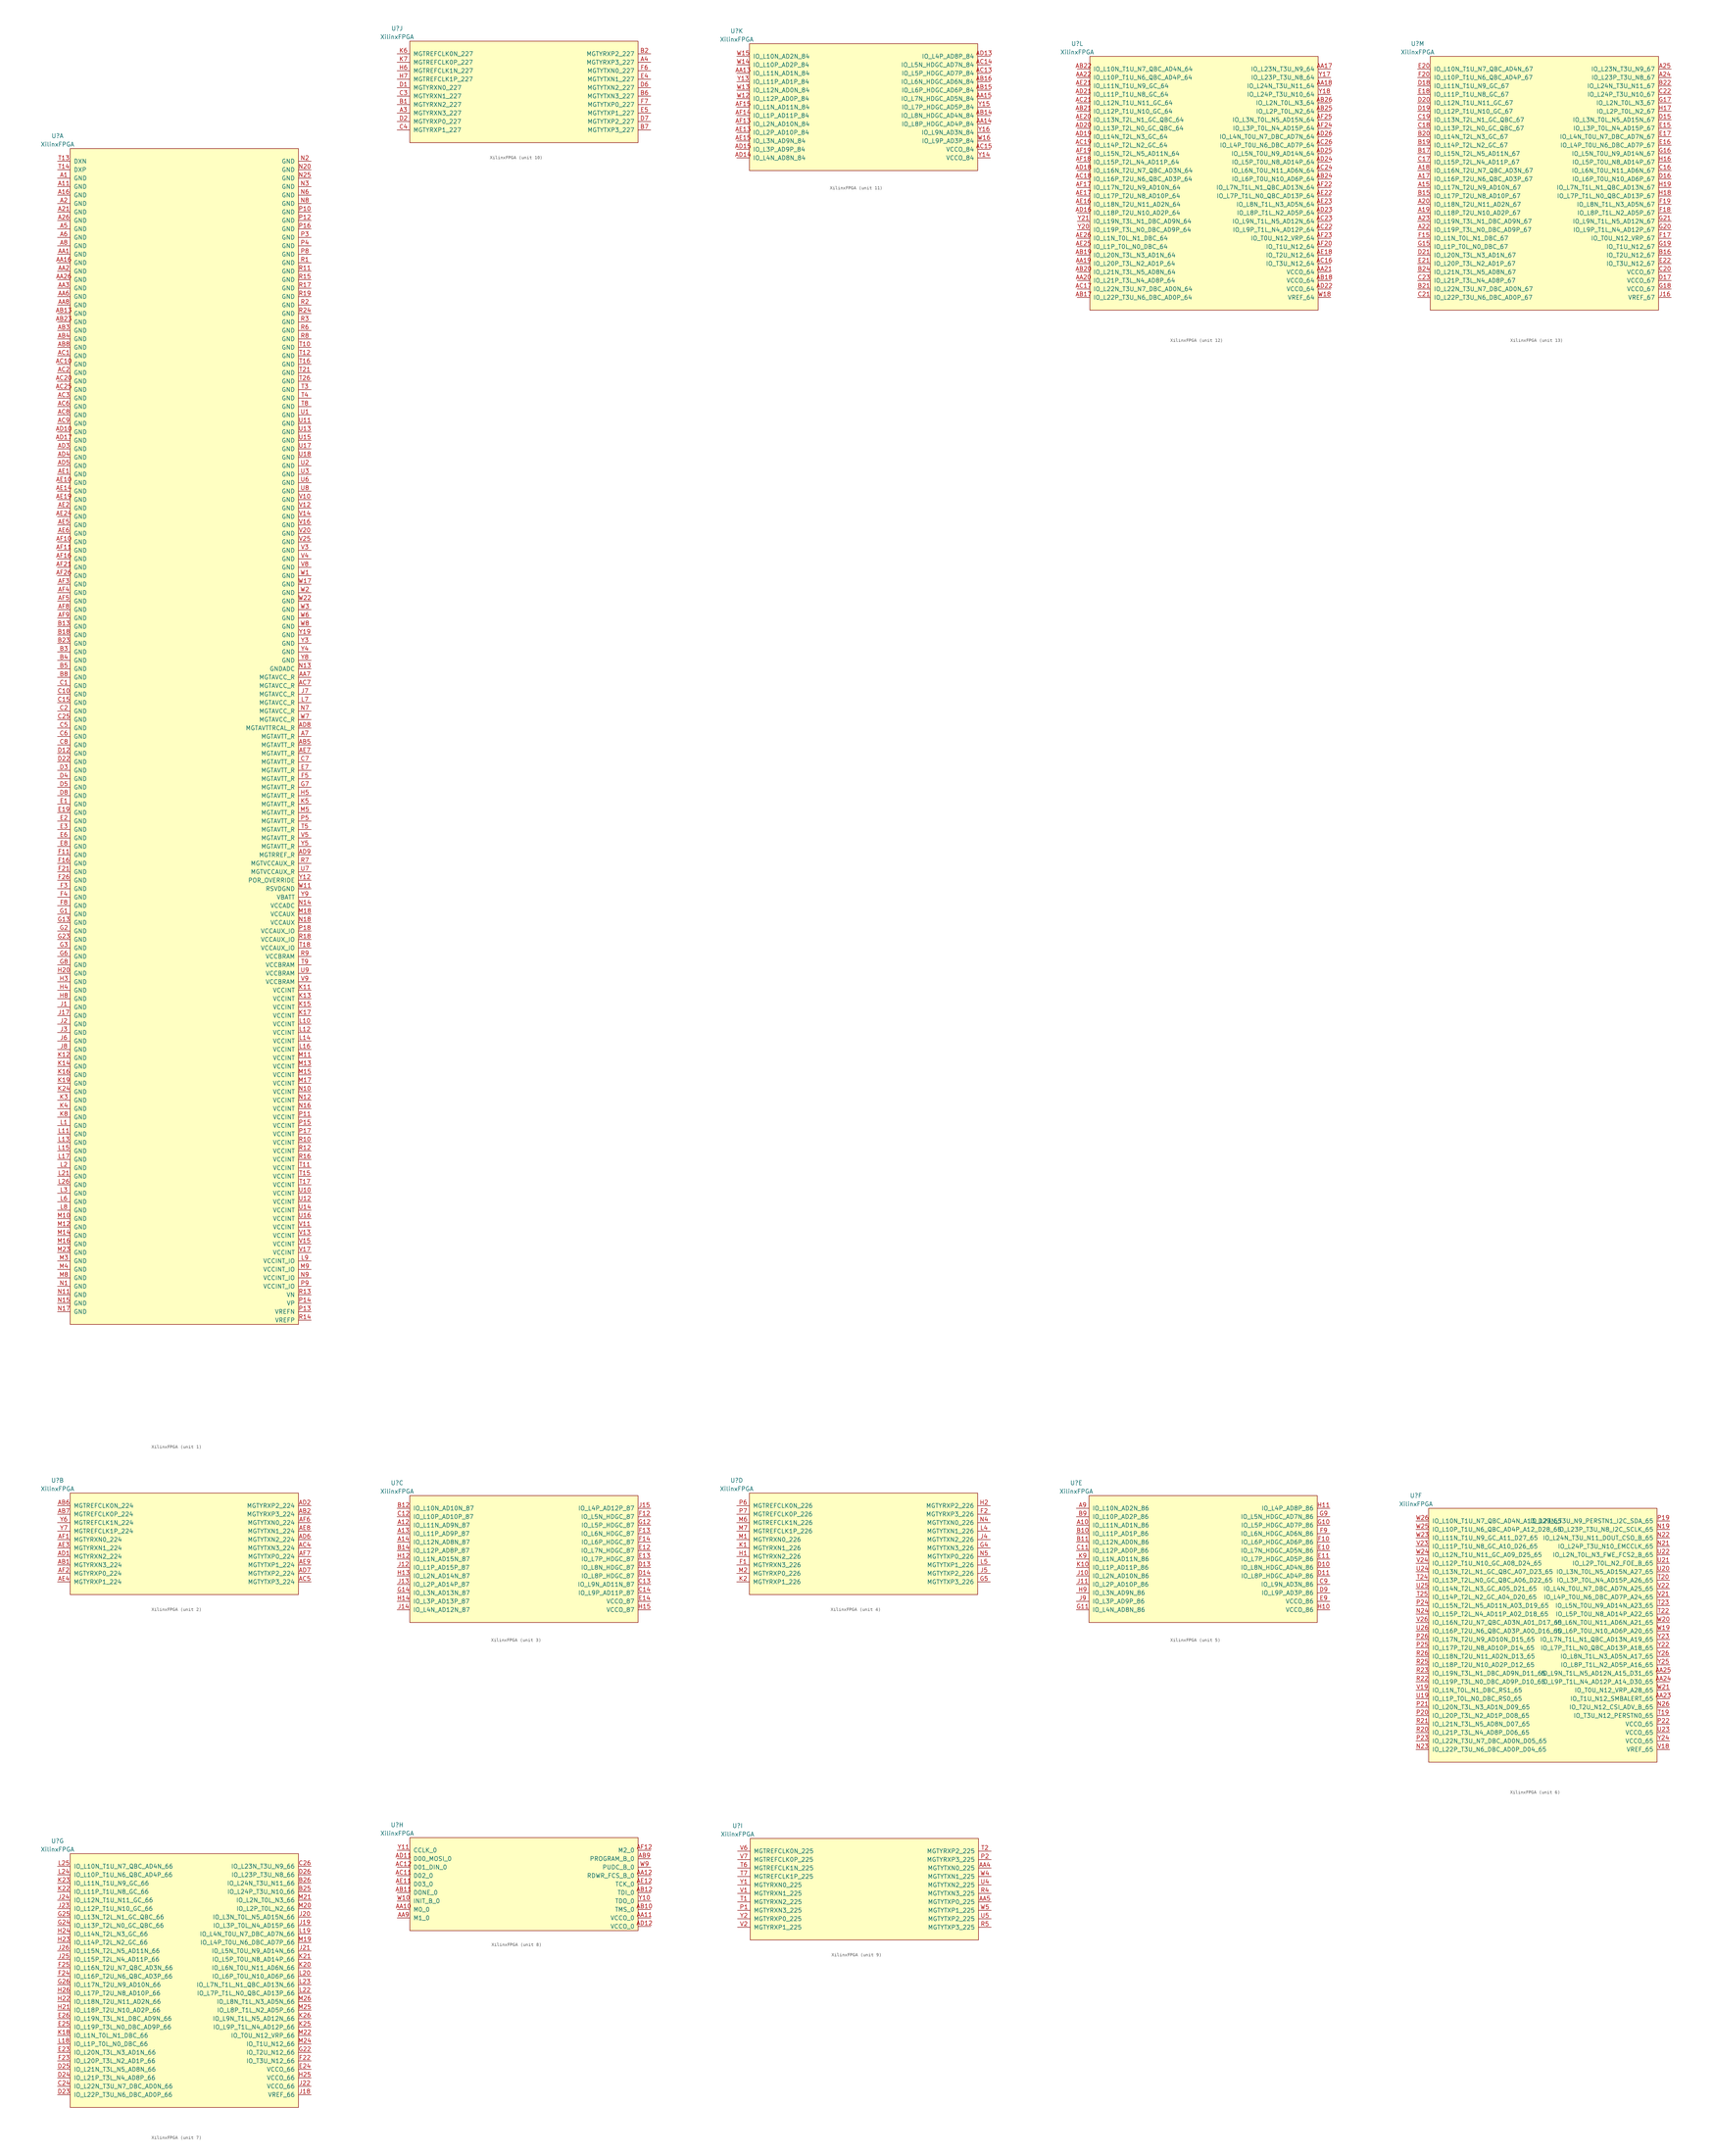
<source format=kicad_sym>
(kicad_symbol_lib
  (version 20231120)
  (generator "kicad_symbol_editor")
  (generator_version "8.0")
  (symbol "XilinxFPGA"
    (pin_names
      (offset 1.016))
    (property "Reference" "U"
      (at 0 7.62 0)
      (effects (font (size 1.27 1.27))))
    (property "Value" "XilinxFPGA"
      (at 0 5.08 0)
      (effects (font (size 1.27 1.27))))
    (property "ki_locked" ""
      (at 0 0 0)
      (effects (font (size 1.27 1.27))))
    (symbol "XilinxFPGA_1_1"
      (rectangle (start 3.81 3.81) (end 72.39 -349.25) (stroke (width 0) (type solid)) (fill (type background)))
      (pin passive line (at 0 -5.08 0) (length 3.81) (name "GND" (effects (font (size 1.27 1.27)))) (number "A1" (effects (font (size 1.27 1.27)))))
      (pin passive line (at 0 -7.62 0) (length 3.81) (name "GND" (effects (font (size 1.27 1.27)))) (number "A11" (effects (font (size 1.27 1.27)))))
      (pin passive line (at 0 -10.16 0) (length 3.81) (name "GND" (effects (font (size 1.27 1.27)))) (number "A16" (effects (font (size 1.27 1.27)))))
      (pin passive line (at 0 -12.7 0) (length 3.81) (name "GND" (effects (font (size 1.27 1.27)))) (number "A2" (effects (font (size 1.27 1.27)))))
      (pin passive line (at 0 -15.24 0) (length 3.81) (name "GND" (effects (font (size 1.27 1.27)))) (number "A21" (effects (font (size 1.27 1.27)))))
      (pin passive line (at 0 -17.78 0) (length 3.81) (name "GND" (effects (font (size 1.27 1.27)))) (number "A26" (effects (font (size 1.27 1.27)))))
      (pin passive line (at 0 -20.32 0) (length 3.81) (name "GND" (effects (font (size 1.27 1.27)))) (number "A5" (effects (font (size 1.27 1.27)))))
      (pin passive line (at 0 -22.86 0) (length 3.81) (name "GND" (effects (font (size 1.27 1.27)))) (number "A6" (effects (font (size 1.27 1.27)))))
      (pin passive line (at 76.2 -172.72 180) (length 3.81) (name "MGTAVTT_R" (effects (font (size 1.27 1.27)))) (number "A7" (effects (font (size 1.27 1.27)))))
      (pin passive line (at 0 -25.4 0) (length 3.81) (name "GND" (effects (font (size 1.27 1.27)))) (number "A8" (effects (font (size 1.27 1.27)))))
      (pin passive line (at 0 -27.94 0) (length 3.81) (name "GND" (effects (font (size 1.27 1.27)))) (number "AA1" (effects (font (size 1.27 1.27)))))
      (pin passive line (at 0 -30.48 0) (length 3.81) (name "GND" (effects (font (size 1.27 1.27)))) (number "AA16" (effects (font (size 1.27 1.27)))))
      (pin passive line (at 0 -33.02 0) (length 3.81) (name "GND" (effects (font (size 1.27 1.27)))) (number "AA2" (effects (font (size 1.27 1.27)))))
      (pin passive line (at 0 -35.56 0) (length 3.81) (name "GND" (effects (font (size 1.27 1.27)))) (number "AA26" (effects (font (size 1.27 1.27)))))
      (pin passive line (at 0 -38.1 0) (length 3.81) (name "GND" (effects (font (size 1.27 1.27)))) (number "AA3" (effects (font (size 1.27 1.27)))))
      (pin passive line (at 0 -40.64 0) (length 3.81) (name "GND" (effects (font (size 1.27 1.27)))) (number "AA6" (effects (font (size 1.27 1.27)))))
      (pin passive line (at 76.2 -154.94 180) (length 3.81) (name "MGTAVCC_R" (effects (font (size 1.27 1.27)))) (number "AA7" (effects (font (size 1.27 1.27)))))
      (pin passive line (at 0 -43.18 0) (length 3.81) (name "GND" (effects (font (size 1.27 1.27)))) (number "AA8" (effects (font (size 1.27 1.27)))))
      (pin passive line (at 0 -45.72 0) (length 3.81) (name "GND" (effects (font (size 1.27 1.27)))) (number "AB13" (effects (font (size 1.27 1.27)))))
      (pin passive line (at 0 -48.26 0) (length 3.81) (name "GND" (effects (font (size 1.27 1.27)))) (number "AB23" (effects (font (size 1.27 1.27)))))
      (pin passive line (at 0 -50.8 0) (length 3.81) (name "GND" (effects (font (size 1.27 1.27)))) (number "AB3" (effects (font (size 1.27 1.27)))))
      (pin passive line (at 0 -53.34 0) (length 3.81) (name "GND" (effects (font (size 1.27 1.27)))) (number "AB4" (effects (font (size 1.27 1.27)))))
      (pin passive line (at 76.2 -175.26 180) (length 3.81) (name "MGTAVTT_R" (effects (font (size 1.27 1.27)))) (number "AB5" (effects (font (size 1.27 1.27)))))
      (pin passive line (at 0 -55.88 0) (length 3.81) (name "GND" (effects (font (size 1.27 1.27)))) (number "AB8" (effects (font (size 1.27 1.27)))))
      (pin passive line (at 0 -58.42 0) (length 3.81) (name "GND" (effects (font (size 1.27 1.27)))) (number "AC1" (effects (font (size 1.27 1.27)))))
      (pin passive line (at 0 -60.96 0) (length 3.81) (name "GND" (effects (font (size 1.27 1.27)))) (number "AC10" (effects (font (size 1.27 1.27)))))
      (pin passive line (at 0 -63.5 0) (length 3.81) (name "GND" (effects (font (size 1.27 1.27)))) (number "AC2" (effects (font (size 1.27 1.27)))))
      (pin passive line (at 0 -66.04 0) (length 3.81) (name "GND" (effects (font (size 1.27 1.27)))) (number "AC20" (effects (font (size 1.27 1.27)))))
      (pin passive line (at 0 -68.58 0) (length 3.81) (name "GND" (effects (font (size 1.27 1.27)))) (number "AC25" (effects (font (size 1.27 1.27)))))
      (pin passive line (at 0 -71.12 0) (length 3.81) (name "GND" (effects (font (size 1.27 1.27)))) (number "AC3" (effects (font (size 1.27 1.27)))))
      (pin passive line (at 0 -73.66 0) (length 3.81) (name "GND" (effects (font (size 1.27 1.27)))) (number "AC6" (effects (font (size 1.27 1.27)))))
      (pin passive line (at 76.2 -157.48 180) (length 3.81) (name "MGTAVCC_R" (effects (font (size 1.27 1.27)))) (number "AC7" (effects (font (size 1.27 1.27)))))
      (pin passive line (at 0 -76.2 0) (length 3.81) (name "GND" (effects (font (size 1.27 1.27)))) (number "AC8" (effects (font (size 1.27 1.27)))))
      (pin passive line (at 0 -78.74 0) (length 3.81) (name "GND" (effects (font (size 1.27 1.27)))) (number "AC9" (effects (font (size 1.27 1.27)))))
      (pin passive line (at 0 -81.28 0) (length 3.81) (name "GND" (effects (font (size 1.27 1.27)))) (number "AD10" (effects (font (size 1.27 1.27)))))
      (pin passive line (at 0 -83.82 0) (length 3.81) (name "GND" (effects (font (size 1.27 1.27)))) (number "AD17" (effects (font (size 1.27 1.27)))))
      (pin passive line (at 0 -86.36 0) (length 3.81) (name "GND" (effects (font (size 1.27 1.27)))) (number "AD3" (effects (font (size 1.27 1.27)))))
      (pin passive line (at 0 -88.9 0) (length 3.81) (name "GND" (effects (font (size 1.27 1.27)))) (number "AD4" (effects (font (size 1.27 1.27)))))
      (pin passive line (at 0 -91.44 0) (length 3.81) (name "GND" (effects (font (size 1.27 1.27)))) (number "AD5" (effects (font (size 1.27 1.27)))))
      (pin passive line (at 76.2 -170.18 180) (length 3.81) (name "MGTAVTTRCAL_R" (effects (font (size 1.27 1.27)))) (number "AD8" (effects (font (size 1.27 1.27)))))
      (pin passive line (at 76.2 -208.28 180) (length 3.81) (name "MGTRREF_R" (effects (font (size 1.27 1.27)))) (number "AD9" (effects (font (size 1.27 1.27)))))
      (pin passive line (at 0 -93.98 0) (length 3.81) (name "GND" (effects (font (size 1.27 1.27)))) (number "AE1" (effects (font (size 1.27 1.27)))))
      (pin passive line (at 0 -96.52 0) (length 3.81) (name "GND" (effects (font (size 1.27 1.27)))) (number "AE10" (effects (font (size 1.27 1.27)))))
      (pin passive line (at 0 -99.06 0) (length 3.81) (name "GND" (effects (font (size 1.27 1.27)))) (number "AE14" (effects (font (size 1.27 1.27)))))
      (pin passive line (at 0 -101.6 0) (length 3.81) (name "GND" (effects (font (size 1.27 1.27)))) (number "AE19" (effects (font (size 1.27 1.27)))))
      (pin passive line (at 0 -104.14 0) (length 3.81) (name "GND" (effects (font (size 1.27 1.27)))) (number "AE2" (effects (font (size 1.27 1.27)))))
      (pin passive line (at 0 -106.68 0) (length 3.81) (name "GND" (effects (font (size 1.27 1.27)))) (number "AE24" (effects (font (size 1.27 1.27)))))
      (pin passive line (at 0 -109.22 0) (length 3.81) (name "GND" (effects (font (size 1.27 1.27)))) (number "AE5" (effects (font (size 1.27 1.27)))))
      (pin passive line (at 0 -111.76 0) (length 3.81) (name "GND" (effects (font (size 1.27 1.27)))) (number "AE6" (effects (font (size 1.27 1.27)))))
      (pin passive line (at 76.2 -177.8 180) (length 3.81) (name "MGTAVTT_R" (effects (font (size 1.27 1.27)))) (number "AE7" (effects (font (size 1.27 1.27)))))
      (pin passive line (at 0 -114.3 0) (length 3.81) (name "GND" (effects (font (size 1.27 1.27)))) (number "AF10" (effects (font (size 1.27 1.27)))))
      (pin passive line (at 0 -116.84 0) (length 3.81) (name "GND" (effects (font (size 1.27 1.27)))) (number "AF11" (effects (font (size 1.27 1.27)))))
      (pin passive line (at 0 -119.38 0) (length 3.81) (name "GND" (effects (font (size 1.27 1.27)))) (number "AF16" (effects (font (size 1.27 1.27)))))
      (pin passive line (at 0 -121.92 0) (length 3.81) (name "GND" (effects (font (size 1.27 1.27)))) (number "AF21" (effects (font (size 1.27 1.27)))))
      (pin passive line (at 0 -124.46 0) (length 3.81) (name "GND" (effects (font (size 1.27 1.27)))) (number "AF26" (effects (font (size 1.27 1.27)))))
      (pin passive line (at 0 -127 0) (length 3.81) (name "GND" (effects (font (size 1.27 1.27)))) (number "AF3" (effects (font (size 1.27 1.27)))))
      (pin passive line (at 0 -129.54 0) (length 3.81) (name "GND" (effects (font (size 1.27 1.27)))) (number "AF4" (effects (font (size 1.27 1.27)))))
      (pin passive line (at 0 -132.08 0) (length 3.81) (name "GND" (effects (font (size 1.27 1.27)))) (number "AF5" (effects (font (size 1.27 1.27)))))
      (pin passive line (at 0 -134.62 0) (length 3.81) (name "GND" (effects (font (size 1.27 1.27)))) (number "AF8" (effects (font (size 1.27 1.27)))))
      (pin passive line (at 0 -137.16 0) (length 3.81) (name "GND" (effects (font (size 1.27 1.27)))) (number "AF9" (effects (font (size 1.27 1.27)))))
      (pin passive line (at 0 -139.7 0) (length 3.81) (name "GND" (effects (font (size 1.27 1.27)))) (number "B13" (effects (font (size 1.27 1.27)))))
      (pin passive line (at 0 -142.24 0) (length 3.81) (name "GND" (effects (font (size 1.27 1.27)))) (number "B18" (effects (font (size 1.27 1.27)))))
      (pin passive line (at 0 -144.78 0) (length 3.81) (name "GND" (effects (font (size 1.27 1.27)))) (number "B23" (effects (font (size 1.27 1.27)))))
      (pin passive line (at 0 -147.32 0) (length 3.81) (name "GND" (effects (font (size 1.27 1.27)))) (number "B3" (effects (font (size 1.27 1.27)))))
      (pin passive line (at 0 -149.86 0) (length 3.81) (name "GND" (effects (font (size 1.27 1.27)))) (number "B4" (effects (font (size 1.27 1.27)))))
      (pin passive line (at 0 -152.4 0) (length 3.81) (name "GND" (effects (font (size 1.27 1.27)))) (number "B5" (effects (font (size 1.27 1.27)))))
      (pin passive line (at 0 -154.94 0) (length 3.81) (name "GND" (effects (font (size 1.27 1.27)))) (number "B8" (effects (font (size 1.27 1.27)))))
      (pin passive line (at 0 -157.48 0) (length 3.81) (name "GND" (effects (font (size 1.27 1.27)))) (number "C1" (effects (font (size 1.27 1.27)))))
      (pin passive line (at 0 -160.02 0) (length 3.81) (name "GND" (effects (font (size 1.27 1.27)))) (number "C10" (effects (font (size 1.27 1.27)))))
      (pin passive line (at 0 -162.56 0) (length 3.81) (name "GND" (effects (font (size 1.27 1.27)))) (number "C15" (effects (font (size 1.27 1.27)))))
      (pin passive line (at 0 -165.1 0) (length 3.81) (name "GND" (effects (font (size 1.27 1.27)))) (number "C2" (effects (font (size 1.27 1.27)))))
      (pin passive line (at 0 -167.64 0) (length 3.81) (name "GND" (effects (font (size 1.27 1.27)))) (number "C25" (effects (font (size 1.27 1.27)))))
      (pin passive line (at 0 -170.18 0) (length 3.81) (name "GND" (effects (font (size 1.27 1.27)))) (number "C5" (effects (font (size 1.27 1.27)))))
      (pin passive line (at 0 -172.72 0) (length 3.81) (name "GND" (effects (font (size 1.27 1.27)))) (number "C6" (effects (font (size 1.27 1.27)))))
      (pin passive line (at 76.2 -180.34 180) (length 3.81) (name "MGTAVTT_R" (effects (font (size 1.27 1.27)))) (number "C7" (effects (font (size 1.27 1.27)))))
      (pin passive line (at 0 -175.26 0) (length 3.81) (name "GND" (effects (font (size 1.27 1.27)))) (number "C8" (effects (font (size 1.27 1.27)))))
      (pin passive line (at 0 -177.8 0) (length 3.81) (name "GND" (effects (font (size 1.27 1.27)))) (number "D12" (effects (font (size 1.27 1.27)))))
      (pin passive line (at 0 -180.34 0) (length 3.81) (name "GND" (effects (font (size 1.27 1.27)))) (number "D22" (effects (font (size 1.27 1.27)))))
      (pin passive line (at 0 -182.88 0) (length 3.81) (name "GND" (effects (font (size 1.27 1.27)))) (number "D3" (effects (font (size 1.27 1.27)))))
      (pin passive line (at 0 -185.42 0) (length 3.81) (name "GND" (effects (font (size 1.27 1.27)))) (number "D4" (effects (font (size 1.27 1.27)))))
      (pin passive line (at 0 -187.96 0) (length 3.81) (name "GND" (effects (font (size 1.27 1.27)))) (number "D5" (effects (font (size 1.27 1.27)))))
      (pin passive line (at 0 -190.5 0) (length 3.81) (name "GND" (effects (font (size 1.27 1.27)))) (number "D8" (effects (font (size 1.27 1.27)))))
      (pin passive line (at 0 -193.04 0) (length 3.81) (name "GND" (effects (font (size 1.27 1.27)))) (number "E1" (effects (font (size 1.27 1.27)))))
      (pin passive line (at 0 -195.58 0) (length 3.81) (name "GND" (effects (font (size 1.27 1.27)))) (number "E19" (effects (font (size 1.27 1.27)))))
      (pin passive line (at 0 -198.12 0) (length 3.81) (name "GND" (effects (font (size 1.27 1.27)))) (number "E2" (effects (font (size 1.27 1.27)))))
      (pin passive line (at 0 -200.66 0) (length 3.81) (name "GND" (effects (font (size 1.27 1.27)))) (number "E3" (effects (font (size 1.27 1.27)))))
      (pin passive line (at 0 -203.2 0) (length 3.81) (name "GND" (effects (font (size 1.27 1.27)))) (number "E6" (effects (font (size 1.27 1.27)))))
      (pin passive line (at 76.2 -182.88 180) (length 3.81) (name "MGTAVTT_R" (effects (font (size 1.27 1.27)))) (number "E7" (effects (font (size 1.27 1.27)))))
      (pin passive line (at 0 -205.74 0) (length 3.81) (name "GND" (effects (font (size 1.27 1.27)))) (number "E8" (effects (font (size 1.27 1.27)))))
      (pin passive line (at 0 -208.28 0) (length 3.81) (name "GND" (effects (font (size 1.27 1.27)))) (number "F11" (effects (font (size 1.27 1.27)))))
      (pin passive line (at 0 -210.82 0) (length 3.81) (name "GND" (effects (font (size 1.27 1.27)))) (number "F16" (effects (font (size 1.27 1.27)))))
      (pin passive line (at 0 -213.36 0) (length 3.81) (name "GND" (effects (font (size 1.27 1.27)))) (number "F21" (effects (font (size 1.27 1.27)))))
      (pin passive line (at 0 -215.9 0) (length 3.81) (name "GND" (effects (font (size 1.27 1.27)))) (number "F26" (effects (font (size 1.27 1.27)))))
      (pin passive line (at 0 -218.44 0) (length 3.81) (name "GND" (effects (font (size 1.27 1.27)))) (number "F3" (effects (font (size 1.27 1.27)))))
      (pin passive line (at 0 -220.98 0) (length 3.81) (name "GND" (effects (font (size 1.27 1.27)))) (number "F4" (effects (font (size 1.27 1.27)))))
      (pin passive line (at 76.2 -185.42 180) (length 3.81) (name "MGTAVTT_R" (effects (font (size 1.27 1.27)))) (number "F5" (effects (font (size 1.27 1.27)))))
      (pin passive line (at 0 -223.52 0) (length 3.81) (name "GND" (effects (font (size 1.27 1.27)))) (number "F8" (effects (font (size 1.27 1.27)))))
      (pin passive line (at 0 -226.06 0) (length 3.81) (name "GND" (effects (font (size 1.27 1.27)))) (number "G1" (effects (font (size 1.27 1.27)))))
      (pin passive line (at 0 -228.6 0) (length 3.81) (name "GND" (effects (font (size 1.27 1.27)))) (number "G13" (effects (font (size 1.27 1.27)))))
      (pin passive line (at 0 -231.14 0) (length 3.81) (name "GND" (effects (font (size 1.27 1.27)))) (number "G2" (effects (font (size 1.27 1.27)))))
      (pin passive line (at 0 -233.68 0) (length 3.81) (name "GND" (effects (font (size 1.27 1.27)))) (number "G23" (effects (font (size 1.27 1.27)))))
      (pin passive line (at 0 -236.22 0) (length 3.81) (name "GND" (effects (font (size 1.27 1.27)))) (number "G3" (effects (font (size 1.27 1.27)))))
      (pin passive line (at 0 -238.76 0) (length 3.81) (name "GND" (effects (font (size 1.27 1.27)))) (number "G6" (effects (font (size 1.27 1.27)))))
      (pin passive line (at 76.2 -187.96 180) (length 3.81) (name "MGTAVTT_R" (effects (font (size 1.27 1.27)))) (number "G7" (effects (font (size 1.27 1.27)))))
      (pin passive line (at 0 -241.3 0) (length 3.81) (name "GND" (effects (font (size 1.27 1.27)))) (number "G8" (effects (font (size 1.27 1.27)))))
      (pin passive line (at 0 -243.84 0) (length 3.81) (name "GND" (effects (font (size 1.27 1.27)))) (number "H20" (effects (font (size 1.27 1.27)))))
      (pin passive line (at 0 -246.38 0) (length 3.81) (name "GND" (effects (font (size 1.27 1.27)))) (number "H3" (effects (font (size 1.27 1.27)))))
      (pin passive line (at 0 -248.92 0) (length 3.81) (name "GND" (effects (font (size 1.27 1.27)))) (number "H4" (effects (font (size 1.27 1.27)))))
      (pin passive line (at 76.2 -190.5 180) (length 3.81) (name "MGTAVTT_R" (effects (font (size 1.27 1.27)))) (number "H5" (effects (font (size 1.27 1.27)))))
      (pin passive line (at 0 -251.46 0) (length 3.81) (name "GND" (effects (font (size 1.27 1.27)))) (number "H8" (effects (font (size 1.27 1.27)))))
      (pin passive line (at 0 -254 0) (length 3.81) (name "GND" (effects (font (size 1.27 1.27)))) (number "J1" (effects (font (size 1.27 1.27)))))
      (pin passive line (at 0 -256.54 0) (length 3.81) (name "GND" (effects (font (size 1.27 1.27)))) (number "J17" (effects (font (size 1.27 1.27)))))
      (pin passive line (at 0 -259.08 0) (length 3.81) (name "GND" (effects (font (size 1.27 1.27)))) (number "J2" (effects (font (size 1.27 1.27)))))
      (pin passive line (at 0 -261.62 0) (length 3.81) (name "GND" (effects (font (size 1.27 1.27)))) (number "J3" (effects (font (size 1.27 1.27)))))
      (pin passive line (at 0 -264.16 0) (length 3.81) (name "GND" (effects (font (size 1.27 1.27)))) (number "J6" (effects (font (size 1.27 1.27)))))
      (pin passive line (at 76.2 -160.02 180) (length 3.81) (name "MGTAVCC_R" (effects (font (size 1.27 1.27)))) (number "J7" (effects (font (size 1.27 1.27)))))
      (pin passive line (at 0 -266.7 0) (length 3.81) (name "GND" (effects (font (size 1.27 1.27)))) (number "J8" (effects (font (size 1.27 1.27)))))
      (pin passive line (at 76.2 -248.92 180) (length 3.81) (name "VCCINT" (effects (font (size 1.27 1.27)))) (number "K11" (effects (font (size 1.27 1.27)))))
      (pin passive line (at 0 -269.24 0) (length 3.81) (name "GND" (effects (font (size 1.27 1.27)))) (number "K12" (effects (font (size 1.27 1.27)))))
      (pin passive line (at 76.2 -251.46 180) (length 3.81) (name "VCCINT" (effects (font (size 1.27 1.27)))) (number "K13" (effects (font (size 1.27 1.27)))))
      (pin passive line (at 0 -271.78 0) (length 3.81) (name "GND" (effects (font (size 1.27 1.27)))) (number "K14" (effects (font (size 1.27 1.27)))))
      (pin passive line (at 76.2 -254 180) (length 3.81) (name "VCCINT" (effects (font (size 1.27 1.27)))) (number "K15" (effects (font (size 1.27 1.27)))))
      (pin passive line (at 0 -274.32 0) (length 3.81) (name "GND" (effects (font (size 1.27 1.27)))) (number "K16" (effects (font (size 1.27 1.27)))))
      (pin passive line (at 76.2 -256.54 180) (length 3.81) (name "VCCINT" (effects (font (size 1.27 1.27)))) (number "K17" (effects (font (size 1.27 1.27)))))
      (pin passive line (at 0 -276.86 0) (length 3.81) (name "GND" (effects (font (size 1.27 1.27)))) (number "K19" (effects (font (size 1.27 1.27)))))
      (pin passive line (at 0 -279.4 0) (length 3.81) (name "GND" (effects (font (size 1.27 1.27)))) (number "K24" (effects (font (size 1.27 1.27)))))
      (pin passive line (at 0 -281.94 0) (length 3.81) (name "GND" (effects (font (size 1.27 1.27)))) (number "K3" (effects (font (size 1.27 1.27)))))
      (pin passive line (at 0 -284.48 0) (length 3.81) (name "GND" (effects (font (size 1.27 1.27)))) (number "K4" (effects (font (size 1.27 1.27)))))
      (pin passive line (at 76.2 -193.04 180) (length 3.81) (name "MGTAVTT_R" (effects (font (size 1.27 1.27)))) (number "K5" (effects (font (size 1.27 1.27)))))
      (pin passive line (at 0 -287.02 0) (length 3.81) (name "GND" (effects (font (size 1.27 1.27)))) (number "K8" (effects (font (size 1.27 1.27)))))
      (pin passive line (at 0 -289.56 0) (length 3.81) (name "GND" (effects (font (size 1.27 1.27)))) (number "L1" (effects (font (size 1.27 1.27)))))
      (pin passive line (at 76.2 -259.08 180) (length 3.81) (name "VCCINT" (effects (font (size 1.27 1.27)))) (number "L10" (effects (font (size 1.27 1.27)))))
      (pin passive line (at 0 -292.1 0) (length 3.81) (name "GND" (effects (font (size 1.27 1.27)))) (number "L11" (effects (font (size 1.27 1.27)))))
      (pin passive line (at 76.2 -261.62 180) (length 3.81) (name "VCCINT" (effects (font (size 1.27 1.27)))) (number "L12" (effects (font (size 1.27 1.27)))))
      (pin passive line (at 0 -294.64 0) (length 3.81) (name "GND" (effects (font (size 1.27 1.27)))) (number "L13" (effects (font (size 1.27 1.27)))))
      (pin passive line (at 76.2 -264.16 180) (length 3.81) (name "VCCINT" (effects (font (size 1.27 1.27)))) (number "L14" (effects (font (size 1.27 1.27)))))
      (pin passive line (at 0 -297.18 0) (length 3.81) (name "GND" (effects (font (size 1.27 1.27)))) (number "L15" (effects (font (size 1.27 1.27)))))
      (pin passive line (at 76.2 -266.7 180) (length 3.81) (name "VCCINT" (effects (font (size 1.27 1.27)))) (number "L16" (effects (font (size 1.27 1.27)))))
      (pin passive line (at 0 -299.72 0) (length 3.81) (name "GND" (effects (font (size 1.27 1.27)))) (number "L17" (effects (font (size 1.27 1.27)))))
      (pin passive line (at 0 -302.26 0) (length 3.81) (name "GND" (effects (font (size 1.27 1.27)))) (number "L2" (effects (font (size 1.27 1.27)))))
      (pin passive line (at 0 -304.8 0) (length 3.81) (name "GND" (effects (font (size 1.27 1.27)))) (number "L21" (effects (font (size 1.27 1.27)))))
      (pin passive line (at 0 -307.34 0) (length 3.81) (name "GND" (effects (font (size 1.27 1.27)))) (number "L26" (effects (font (size 1.27 1.27)))))
      (pin passive line (at 0 -309.88 0) (length 3.81) (name "GND" (effects (font (size 1.27 1.27)))) (number "L3" (effects (font (size 1.27 1.27)))))
      (pin passive line (at 0 -312.42 0) (length 3.81) (name "GND" (effects (font (size 1.27 1.27)))) (number "L6" (effects (font (size 1.27 1.27)))))
      (pin passive line (at 76.2 -162.56 180) (length 3.81) (name "MGTAVCC_R" (effects (font (size 1.27 1.27)))) (number "L7" (effects (font (size 1.27 1.27)))))
      (pin passive line (at 0 -314.96 0) (length 3.81) (name "GND" (effects (font (size 1.27 1.27)))) (number "L8" (effects (font (size 1.27 1.27)))))
      (pin passive line (at 76.2 -330.2 180) (length 3.81) (name "VCCINT_IO" (effects (font (size 1.27 1.27)))) (number "L9" (effects (font (size 1.27 1.27)))))
      (pin passive line (at 0 -317.5 0) (length 3.81) (name "GND" (effects (font (size 1.27 1.27)))) (number "M10" (effects (font (size 1.27 1.27)))))
      (pin passive line (at 76.2 -269.24 180) (length 3.81) (name "VCCINT" (effects (font (size 1.27 1.27)))) (number "M11" (effects (font (size 1.27 1.27)))))
      (pin passive line (at 0 -320.04 0) (length 3.81) (name "GND" (effects (font (size 1.27 1.27)))) (number "M12" (effects (font (size 1.27 1.27)))))
      (pin passive line (at 76.2 -271.78 180) (length 3.81) (name "VCCINT" (effects (font (size 1.27 1.27)))) (number "M13" (effects (font (size 1.27 1.27)))))
      (pin passive line (at 0 -322.58 0) (length 3.81) (name "GND" (effects (font (size 1.27 1.27)))) (number "M14" (effects (font (size 1.27 1.27)))))
      (pin passive line (at 76.2 -274.32 180) (length 3.81) (name "VCCINT" (effects (font (size 1.27 1.27)))) (number "M15" (effects (font (size 1.27 1.27)))))
      (pin passive line (at 0 -325.12 0) (length 3.81) (name "GND" (effects (font (size 1.27 1.27)))) (number "M16" (effects (font (size 1.27 1.27)))))
      (pin passive line (at 76.2 -276.86 180) (length 3.81) (name "VCCINT" (effects (font (size 1.27 1.27)))) (number "M17" (effects (font (size 1.27 1.27)))))
      (pin passive line (at 76.2 -226.06 180) (length 3.81) (name "VCCAUX" (effects (font (size 1.27 1.27)))) (number "M18" (effects (font (size 1.27 1.27)))))
      (pin passive line (at 0 -327.66 0) (length 3.81) (name "GND" (effects (font (size 1.27 1.27)))) (number "M23" (effects (font (size 1.27 1.27)))))
      (pin passive line (at 0 -330.2 0) (length 3.81) (name "GND" (effects (font (size 1.27 1.27)))) (number "M3" (effects (font (size 1.27 1.27)))))
      (pin passive line (at 0 -332.74 0) (length 3.81) (name "GND" (effects (font (size 1.27 1.27)))) (number "M4" (effects (font (size 1.27 1.27)))))
      (pin passive line (at 76.2 -195.58 180) (length 3.81) (name "MGTAVTT_R" (effects (font (size 1.27 1.27)))) (number "M5" (effects (font (size 1.27 1.27)))))
      (pin passive line (at 0 -335.28 0) (length 3.81) (name "GND" (effects (font (size 1.27 1.27)))) (number "M8" (effects (font (size 1.27 1.27)))))
      (pin passive line (at 76.2 -332.74 180) (length 3.81) (name "VCCINT_IO" (effects (font (size 1.27 1.27)))) (number "M9" (effects (font (size 1.27 1.27)))))
      (pin passive line (at 0 -337.82 0) (length 3.81) (name "GND" (effects (font (size 1.27 1.27)))) (number "N1" (effects (font (size 1.27 1.27)))))
      (pin passive line (at 76.2 -279.4 180) (length 3.81) (name "VCCINT" (effects (font (size 1.27 1.27)))) (number "N10" (effects (font (size 1.27 1.27)))))
      (pin passive line (at 0 -340.36 0) (length 3.81) (name "GND" (effects (font (size 1.27 1.27)))) (number "N11" (effects (font (size 1.27 1.27)))))
      (pin passive line (at 76.2 -281.94 180) (length 3.81) (name "VCCINT" (effects (font (size 1.27 1.27)))) (number "N12" (effects (font (size 1.27 1.27)))))
      (pin passive line (at 76.2 -152.4 180) (length 3.81) (name "GNDADC" (effects (font (size 1.27 1.27)))) (number "N13" (effects (font (size 1.27 1.27)))))
      (pin passive line (at 76.2 -223.52 180) (length 3.81) (name "VCCADC" (effects (font (size 1.27 1.27)))) (number "N14" (effects (font (size 1.27 1.27)))))
      (pin passive line (at 0 -342.9 0) (length 3.81) (name "GND" (effects (font (size 1.27 1.27)))) (number "N15" (effects (font (size 1.27 1.27)))))
      (pin passive line (at 76.2 -284.48 180) (length 3.81) (name "VCCINT" (effects (font (size 1.27 1.27)))) (number "N16" (effects (font (size 1.27 1.27)))))
      (pin passive line (at 0 -345.44 0) (length 3.81) (name "GND" (effects (font (size 1.27 1.27)))) (number "N17" (effects (font (size 1.27 1.27)))))
      (pin passive line (at 76.2 -228.6 180) (length 3.81) (name "VCCAUX" (effects (font (size 1.27 1.27)))) (number "N18" (effects (font (size 1.27 1.27)))))
      (pin passive line (at 76.2 0 180) (length 3.81) (name "GND" (effects (font (size 1.27 1.27)))) (number "N2" (effects (font (size 1.27 1.27)))))
      (pin passive line (at 76.2 -2.54 180) (length 3.81) (name "GND" (effects (font (size 1.27 1.27)))) (number "N20" (effects (font (size 1.27 1.27)))))
      (pin passive line (at 76.2 -5.08 180) (length 3.81) (name "GND" (effects (font (size 1.27 1.27)))) (number "N25" (effects (font (size 1.27 1.27)))))
      (pin passive line (at 76.2 -7.62 180) (length 3.81) (name "GND" (effects (font (size 1.27 1.27)))) (number "N3" (effects (font (size 1.27 1.27)))))
      (pin passive line (at 76.2 -10.16 180) (length 3.81) (name "GND" (effects (font (size 1.27 1.27)))) (number "N6" (effects (font (size 1.27 1.27)))))
      (pin passive line (at 76.2 -165.1 180) (length 3.81) (name "MGTAVCC_R" (effects (font (size 1.27 1.27)))) (number "N7" (effects (font (size 1.27 1.27)))))
      (pin passive line (at 76.2 -12.7 180) (length 3.81) (name "GND" (effects (font (size 1.27 1.27)))) (number "N8" (effects (font (size 1.27 1.27)))))
      (pin passive line (at 76.2 -335.28 180) (length 3.81) (name "VCCINT_IO" (effects (font (size 1.27 1.27)))) (number "N9" (effects (font (size 1.27 1.27)))))
      (pin passive line (at 76.2 -15.24 180) (length 3.81) (name "GND" (effects (font (size 1.27 1.27)))) (number "P10" (effects (font (size 1.27 1.27)))))
      (pin passive line (at 76.2 -287.02 180) (length 3.81) (name "VCCINT" (effects (font (size 1.27 1.27)))) (number "P11" (effects (font (size 1.27 1.27)))))
      (pin passive line (at 76.2 -17.78 180) (length 3.81) (name "GND" (effects (font (size 1.27 1.27)))) (number "P12" (effects (font (size 1.27 1.27)))))
      (pin passive line (at 76.2 -345.44 180) (length 3.81) (name "VREFN" (effects (font (size 1.27 1.27)))) (number "P13" (effects (font (size 1.27 1.27)))))
      (pin passive line (at 76.2 -342.9 180) (length 3.81) (name "VP" (effects (font (size 1.27 1.27)))) (number "P14" (effects (font (size 1.27 1.27)))))
      (pin passive line (at 76.2 -289.56 180) (length 3.81) (name "VCCINT" (effects (font (size 1.27 1.27)))) (number "P15" (effects (font (size 1.27 1.27)))))
      (pin passive line (at 76.2 -20.32 180) (length 3.81) (name "GND" (effects (font (size 1.27 1.27)))) (number "P16" (effects (font (size 1.27 1.27)))))
      (pin passive line (at 76.2 -292.1 180) (length 3.81) (name "VCCINT" (effects (font (size 1.27 1.27)))) (number "P17" (effects (font (size 1.27 1.27)))))
      (pin passive line (at 76.2 -231.14 180) (length 3.81) (name "VCCAUX_IO" (effects (font (size 1.27 1.27)))) (number "P18" (effects (font (size 1.27 1.27)))))
      (pin passive line (at 76.2 -22.86 180) (length 3.81) (name "GND" (effects (font (size 1.27 1.27)))) (number "P3" (effects (font (size 1.27 1.27)))))
      (pin passive line (at 76.2 -25.4 180) (length 3.81) (name "GND" (effects (font (size 1.27 1.27)))) (number "P4" (effects (font (size 1.27 1.27)))))
      (pin passive line (at 76.2 -198.12 180) (length 3.81) (name "MGTAVTT_R" (effects (font (size 1.27 1.27)))) (number "P5" (effects (font (size 1.27 1.27)))))
      (pin passive line (at 76.2 -27.94 180) (length 3.81) (name "GND" (effects (font (size 1.27 1.27)))) (number "P8" (effects (font (size 1.27 1.27)))))
      (pin passive line (at 76.2 -337.82 180) (length 3.81) (name "VCCINT_IO" (effects (font (size 1.27 1.27)))) (number "P9" (effects (font (size 1.27 1.27)))))
      (pin passive line (at 76.2 -30.48 180) (length 3.81) (name "GND" (effects (font (size 1.27 1.27)))) (number "R1" (effects (font (size 1.27 1.27)))))
      (pin passive line (at 76.2 -294.64 180) (length 3.81) (name "VCCINT" (effects (font (size 1.27 1.27)))) (number "R10" (effects (font (size 1.27 1.27)))))
      (pin passive line (at 76.2 -33.02 180) (length 3.81) (name "GND" (effects (font (size 1.27 1.27)))) (number "R11" (effects (font (size 1.27 1.27)))))
      (pin passive line (at 76.2 -297.18 180) (length 3.81) (name "VCCINT" (effects (font (size 1.27 1.27)))) (number "R12" (effects (font (size 1.27 1.27)))))
      (pin passive line (at 76.2 -340.36 180) (length 3.81) (name "VN" (effects (font (size 1.27 1.27)))) (number "R13" (effects (font (size 1.27 1.27)))))
      (pin passive line (at 76.2 -347.98 180) (length 3.81) (name "VREFP" (effects (font (size 1.27 1.27)))) (number "R14" (effects (font (size 1.27 1.27)))))
      (pin passive line (at 76.2 -35.56 180) (length 3.81) (name "GND" (effects (font (size 1.27 1.27)))) (number "R15" (effects (font (size 1.27 1.27)))))
      (pin passive line (at 76.2 -299.72 180) (length 3.81) (name "VCCINT" (effects (font (size 1.27 1.27)))) (number "R16" (effects (font (size 1.27 1.27)))))
      (pin passive line (at 76.2 -38.1 180) (length 3.81) (name "GND" (effects (font (size 1.27 1.27)))) (number "R17" (effects (font (size 1.27 1.27)))))
      (pin passive line (at 76.2 -233.68 180) (length 3.81) (name "VCCAUX_IO" (effects (font (size 1.27 1.27)))) (number "R18" (effects (font (size 1.27 1.27)))))
      (pin passive line (at 76.2 -40.64 180) (length 3.81) (name "GND" (effects (font (size 1.27 1.27)))) (number "R19" (effects (font (size 1.27 1.27)))))
      (pin passive line (at 76.2 -43.18 180) (length 3.81) (name "GND" (effects (font (size 1.27 1.27)))) (number "R2" (effects (font (size 1.27 1.27)))))
      (pin passive line (at 76.2 -45.72 180) (length 3.81) (name "GND" (effects (font (size 1.27 1.27)))) (number "R24" (effects (font (size 1.27 1.27)))))
      (pin passive line (at 76.2 -48.26 180) (length 3.81) (name "GND" (effects (font (size 1.27 1.27)))) (number "R3" (effects (font (size 1.27 1.27)))))
      (pin passive line (at 76.2 -50.8 180) (length 3.81) (name "GND" (effects (font (size 1.27 1.27)))) (number "R6" (effects (font (size 1.27 1.27)))))
      (pin passive line (at 76.2 -210.82 180) (length 3.81) (name "MGTVCCAUX_R" (effects (font (size 1.27 1.27)))) (number "R7" (effects (font (size 1.27 1.27)))))
      (pin passive line (at 76.2 -53.34 180) (length 3.81) (name "GND" (effects (font (size 1.27 1.27)))) (number "R8" (effects (font (size 1.27 1.27)))))
      (pin passive line (at 76.2 -238.76 180) (length 3.81) (name "VCCBRAM" (effects (font (size 1.27 1.27)))) (number "R9" (effects (font (size 1.27 1.27)))))
      (pin passive line (at 76.2 -55.88 180) (length 3.81) (name "GND" (effects (font (size 1.27 1.27)))) (number "T10" (effects (font (size 1.27 1.27)))))
      (pin passive line (at 76.2 -302.26 180) (length 3.81) (name "VCCINT" (effects (font (size 1.27 1.27)))) (number "T11" (effects (font (size 1.27 1.27)))))
      (pin passive line (at 76.2 -58.42 180) (length 3.81) (name "GND" (effects (font (size 1.27 1.27)))) (number "T12" (effects (font (size 1.27 1.27)))))
      (pin passive line (at 0 0 0) (length 3.81) (name "DXN" (effects (font (size 1.27 1.27)))) (number "T13" (effects (font (size 1.27 1.27)))))
      (pin passive line (at 0 -2.54 0) (length 3.81) (name "DXP" (effects (font (size 1.27 1.27)))) (number "T14" (effects (font (size 1.27 1.27)))))
      (pin passive line (at 76.2 -304.8 180) (length 3.81) (name "VCCINT" (effects (font (size 1.27 1.27)))) (number "T15" (effects (font (size 1.27 1.27)))))
      (pin passive line (at 76.2 -60.96 180) (length 3.81) (name "GND" (effects (font (size 1.27 1.27)))) (number "T16" (effects (font (size 1.27 1.27)))))
      (pin passive line (at 76.2 -307.34 180) (length 3.81) (name "VCCINT" (effects (font (size 1.27 1.27)))) (number "T17" (effects (font (size 1.27 1.27)))))
      (pin passive line (at 76.2 -236.22 180) (length 3.81) (name "VCCAUX_IO" (effects (font (size 1.27 1.27)))) (number "T18" (effects (font (size 1.27 1.27)))))
      (pin passive line (at 76.2 -63.5 180) (length 3.81) (name "GND" (effects (font (size 1.27 1.27)))) (number "T21" (effects (font (size 1.27 1.27)))))
      (pin passive line (at 76.2 -66.04 180) (length 3.81) (name "GND" (effects (font (size 1.27 1.27)))) (number "T26" (effects (font (size 1.27 1.27)))))
      (pin passive line (at 76.2 -68.58 180) (length 3.81) (name "GND" (effects (font (size 1.27 1.27)))) (number "T3" (effects (font (size 1.27 1.27)))))
      (pin passive line (at 76.2 -71.12 180) (length 3.81) (name "GND" (effects (font (size 1.27 1.27)))) (number "T4" (effects (font (size 1.27 1.27)))))
      (pin passive line (at 76.2 -200.66 180) (length 3.81) (name "MGTAVTT_R" (effects (font (size 1.27 1.27)))) (number "T5" (effects (font (size 1.27 1.27)))))
      (pin passive line (at 76.2 -73.66 180) (length 3.81) (name "GND" (effects (font (size 1.27 1.27)))) (number "T8" (effects (font (size 1.27 1.27)))))
      (pin passive line (at 76.2 -241.3 180) (length 3.81) (name "VCCBRAM" (effects (font (size 1.27 1.27)))) (number "T9" (effects (font (size 1.27 1.27)))))
      (pin passive line (at 76.2 -76.2 180) (length 3.81) (name "GND" (effects (font (size 1.27 1.27)))) (number "U1" (effects (font (size 1.27 1.27)))))
      (pin passive line (at 76.2 -309.88 180) (length 3.81) (name "VCCINT" (effects (font (size 1.27 1.27)))) (number "U10" (effects (font (size 1.27 1.27)))))
      (pin passive line (at 76.2 -78.74 180) (length 3.81) (name "GND" (effects (font (size 1.27 1.27)))) (number "U11" (effects (font (size 1.27 1.27)))))
      (pin passive line (at 76.2 -312.42 180) (length 3.81) (name "VCCINT" (effects (font (size 1.27 1.27)))) (number "U12" (effects (font (size 1.27 1.27)))))
      (pin passive line (at 76.2 -81.28 180) (length 3.81) (name "GND" (effects (font (size 1.27 1.27)))) (number "U13" (effects (font (size 1.27 1.27)))))
      (pin passive line (at 76.2 -314.96 180) (length 3.81) (name "VCCINT" (effects (font (size 1.27 1.27)))) (number "U14" (effects (font (size 1.27 1.27)))))
      (pin passive line (at 76.2 -83.82 180) (length 3.81) (name "GND" (effects (font (size 1.27 1.27)))) (number "U15" (effects (font (size 1.27 1.27)))))
      (pin passive line (at 76.2 -317.5 180) (length 3.81) (name "VCCINT" (effects (font (size 1.27 1.27)))) (number "U16" (effects (font (size 1.27 1.27)))))
      (pin passive line (at 76.2 -86.36 180) (length 3.81) (name "GND" (effects (font (size 1.27 1.27)))) (number "U17" (effects (font (size 1.27 1.27)))))
      (pin passive line (at 76.2 -88.9 180) (length 3.81) (name "GND" (effects (font (size 1.27 1.27)))) (number "U18" (effects (font (size 1.27 1.27)))))
      (pin passive line (at 76.2 -91.44 180) (length 3.81) (name "GND" (effects (font (size 1.27 1.27)))) (number "U2" (effects (font (size 1.27 1.27)))))
      (pin passive line (at 76.2 -93.98 180) (length 3.81) (name "GND" (effects (font (size 1.27 1.27)))) (number "U3" (effects (font (size 1.27 1.27)))))
      (pin passive line (at 76.2 -96.52 180) (length 3.81) (name "GND" (effects (font (size 1.27 1.27)))) (number "U6" (effects (font (size 1.27 1.27)))))
      (pin passive line (at 76.2 -213.36 180) (length 3.81) (name "MGTVCCAUX_R" (effects (font (size 1.27 1.27)))) (number "U7" (effects (font (size 1.27 1.27)))))
      (pin passive line (at 76.2 -99.06 180) (length 3.81) (name "GND" (effects (font (size 1.27 1.27)))) (number "U8" (effects (font (size 1.27 1.27)))))
      (pin passive line (at 76.2 -243.84 180) (length 3.81) (name "VCCBRAM" (effects (font (size 1.27 1.27)))) (number "U9" (effects (font (size 1.27 1.27)))))
      (pin passive line (at 76.2 -101.6 180) (length 3.81) (name "GND" (effects (font (size 1.27 1.27)))) (number "V10" (effects (font (size 1.27 1.27)))))
      (pin passive line (at 76.2 -320.04 180) (length 3.81) (name "VCCINT" (effects (font (size 1.27 1.27)))) (number "V11" (effects (font (size 1.27 1.27)))))
      (pin passive line (at 76.2 -104.14 180) (length 3.81) (name "GND" (effects (font (size 1.27 1.27)))) (number "V12" (effects (font (size 1.27 1.27)))))
      (pin passive line (at 76.2 -322.58 180) (length 3.81) (name "VCCINT" (effects (font (size 1.27 1.27)))) (number "V13" (effects (font (size 1.27 1.27)))))
      (pin passive line (at 76.2 -106.68 180) (length 3.81) (name "GND" (effects (font (size 1.27 1.27)))) (number "V14" (effects (font (size 1.27 1.27)))))
      (pin passive line (at 76.2 -325.12 180) (length 3.81) (name "VCCINT" (effects (font (size 1.27 1.27)))) (number "V15" (effects (font (size 1.27 1.27)))))
      (pin passive line (at 76.2 -109.22 180) (length 3.81) (name "GND" (effects (font (size 1.27 1.27)))) (number "V16" (effects (font (size 1.27 1.27)))))
      (pin passive line (at 76.2 -327.66 180) (length 3.81) (name "VCCINT" (effects (font (size 1.27 1.27)))) (number "V17" (effects (font (size 1.27 1.27)))))
      (pin passive line (at 76.2 -111.76 180) (length 3.81) (name "GND" (effects (font (size 1.27 1.27)))) (number "V20" (effects (font (size 1.27 1.27)))))
      (pin passive line (at 76.2 -114.3 180) (length 3.81) (name "GND" (effects (font (size 1.27 1.27)))) (number "V25" (effects (font (size 1.27 1.27)))))
      (pin passive line (at 76.2 -116.84 180) (length 3.81) (name "GND" (effects (font (size 1.27 1.27)))) (number "V3" (effects (font (size 1.27 1.27)))))
      (pin passive line (at 76.2 -119.38 180) (length 3.81) (name "GND" (effects (font (size 1.27 1.27)))) (number "V4" (effects (font (size 1.27 1.27)))))
      (pin passive line (at 76.2 -203.2 180) (length 3.81) (name "MGTAVTT_R" (effects (font (size 1.27 1.27)))) (number "V5" (effects (font (size 1.27 1.27)))))
      (pin passive line (at 76.2 -121.92 180) (length 3.81) (name "GND" (effects (font (size 1.27 1.27)))) (number "V8" (effects (font (size 1.27 1.27)))))
      (pin passive line (at 76.2 -246.38 180) (length 3.81) (name "VCCBRAM" (effects (font (size 1.27 1.27)))) (number "V9" (effects (font (size 1.27 1.27)))))
      (pin passive line (at 76.2 -124.46 180) (length 3.81) (name "GND" (effects (font (size 1.27 1.27)))) (number "W1" (effects (font (size 1.27 1.27)))))
      (pin passive line (at 76.2 -218.44 180) (length 3.81) (name "RSVDGND" (effects (font (size 1.27 1.27)))) (number "W11" (effects (font (size 1.27 1.27)))))
      (pin passive line (at 76.2 -127 180) (length 3.81) (name "GND" (effects (font (size 1.27 1.27)))) (number "W17" (effects (font (size 1.27 1.27)))))
      (pin passive line (at 76.2 -129.54 180) (length 3.81) (name "GND" (effects (font (size 1.27 1.27)))) (number "W2" (effects (font (size 1.27 1.27)))))
      (pin passive line (at 76.2 -132.08 180) (length 3.81) (name "GND" (effects (font (size 1.27 1.27)))) (number "W22" (effects (font (size 1.27 1.27)))))
      (pin passive line (at 76.2 -134.62 180) (length 3.81) (name "GND" (effects (font (size 1.27 1.27)))) (number "W3" (effects (font (size 1.27 1.27)))))
      (pin passive line (at 76.2 -137.16 180) (length 3.81) (name "GND" (effects (font (size 1.27 1.27)))) (number "W6" (effects (font (size 1.27 1.27)))))
      (pin passive line (at 76.2 -167.64 180) (length 3.81) (name "MGTAVCC_R" (effects (font (size 1.27 1.27)))) (number "W7" (effects (font (size 1.27 1.27)))))
      (pin passive line (at 76.2 -139.7 180) (length 3.81) (name "GND" (effects (font (size 1.27 1.27)))) (number "W8" (effects (font (size 1.27 1.27)))))
      (pin passive line (at 76.2 -215.9 180) (length 3.81) (name "POR_OVERRIDE" (effects (font (size 1.27 1.27)))) (number "Y12" (effects (font (size 1.27 1.27)))))
      (pin passive line (at 76.2 -142.24 180) (length 3.81) (name "GND" (effects (font (size 1.27 1.27)))) (number "Y19" (effects (font (size 1.27 1.27)))))
      (pin passive line (at 76.2 -144.78 180) (length 3.81) (name "GND" (effects (font (size 1.27 1.27)))) (number "Y3" (effects (font (size 1.27 1.27)))))
      (pin passive line (at 76.2 -147.32 180) (length 3.81) (name "GND" (effects (font (size 1.27 1.27)))) (number "Y4" (effects (font (size 1.27 1.27)))))
      (pin passive line (at 76.2 -205.74 180) (length 3.81) (name "MGTAVTT_R" (effects (font (size 1.27 1.27)))) (number "Y5" (effects (font (size 1.27 1.27)))))
      (pin passive line (at 76.2 -149.86 180) (length 3.81) (name "GND" (effects (font (size 1.27 1.27)))) (number "Y8" (effects (font (size 1.27 1.27)))))
      (pin passive line (at 76.2 -220.98 180) (length 3.81) (name "VBATT" (effects (font (size 1.27 1.27)))) (number "Y9" (effects (font (size 1.27 1.27))))))
    (symbol "XilinxFPGA_2_1"
      (rectangle (start 3.81 3.81) (end 72.39 -26.67) (stroke (width 0) (type solid)) (fill (type background)))
      (pin passive line (at 0 -17.78 0) (length 3.81) (name "MGTYRXN3_224" (effects (font (size 1.27 1.27)))) (number "AB1" (effects (font (size 1.27 1.27)))))
      (pin passive line (at 76.2 -2.54 180) (length 3.81) (name "MGTYRXP3_224" (effects (font (size 1.27 1.27)))) (number "AB2" (effects (font (size 1.27 1.27)))))
      (pin passive line (at 0 0 0) (length 3.81) (name "MGTREFCLK0N_224" (effects (font (size 1.27 1.27)))) (number "AB6" (effects (font (size 1.27 1.27)))))
      (pin passive line (at 0 -2.54 0) (length 3.81) (name "MGTREFCLK0P_224" (effects (font (size 1.27 1.27)))) (number "AB7" (effects (font (size 1.27 1.27)))))
      (pin passive line (at 76.2 -12.7 180) (length 3.81) (name "MGTYTXN3_224" (effects (font (size 1.27 1.27)))) (number "AC4" (effects (font (size 1.27 1.27)))))
      (pin passive line (at 76.2 -22.86 180) (length 3.81) (name "MGTYTXP3_224" (effects (font (size 1.27 1.27)))) (number "AC5" (effects (font (size 1.27 1.27)))))
      (pin passive line (at 0 -15.24 0) (length 3.81) (name "MGTYRXN2_224" (effects (font (size 1.27 1.27)))) (number "AD1" (effects (font (size 1.27 1.27)))))
      (pin passive line (at 76.2 0 180) (length 3.81) (name "MGTYRXP2_224" (effects (font (size 1.27 1.27)))) (number "AD2" (effects (font (size 1.27 1.27)))))
      (pin passive line (at 76.2 -10.16 180) (length 3.81) (name "MGTYTXN2_224" (effects (font (size 1.27 1.27)))) (number "AD6" (effects (font (size 1.27 1.27)))))
      (pin passive line (at 76.2 -20.32 180) (length 3.81) (name "MGTYTXP2_224" (effects (font (size 1.27 1.27)))) (number "AD7" (effects (font (size 1.27 1.27)))))
      (pin passive line (at 0 -12.7 0) (length 3.81) (name "MGTYRXN1_224" (effects (font (size 1.27 1.27)))) (number "AE3" (effects (font (size 1.27 1.27)))))
      (pin passive line (at 0 -22.86 0) (length 3.81) (name "MGTYRXP1_224" (effects (font (size 1.27 1.27)))) (number "AE4" (effects (font (size 1.27 1.27)))))
      (pin passive line (at 76.2 -7.62 180) (length 3.81) (name "MGTYTXN1_224" (effects (font (size 1.27 1.27)))) (number "AE8" (effects (font (size 1.27 1.27)))))
      (pin passive line (at 76.2 -17.78 180) (length 3.81) (name "MGTYTXP1_224" (effects (font (size 1.27 1.27)))) (number "AE9" (effects (font (size 1.27 1.27)))))
      (pin passive line (at 0 -10.16 0) (length 3.81) (name "MGTYRXN0_224" (effects (font (size 1.27 1.27)))) (number "AF1" (effects (font (size 1.27 1.27)))))
      (pin passive line (at 0 -20.32 0) (length 3.81) (name "MGTYRXP0_224" (effects (font (size 1.27 1.27)))) (number "AF2" (effects (font (size 1.27 1.27)))))
      (pin passive line (at 76.2 -5.08 180) (length 3.81) (name "MGTYTXN0_224" (effects (font (size 1.27 1.27)))) (number "AF6" (effects (font (size 1.27 1.27)))))
      (pin passive line (at 76.2 -15.24 180) (length 3.81) (name "MGTYTXP0_224" (effects (font (size 1.27 1.27)))) (number "AF7" (effects (font (size 1.27 1.27)))))
      (pin passive line (at 0 -5.08 0) (length 3.81) (name "MGTREFCLK1N_224" (effects (font (size 1.27 1.27)))) (number "Y6" (effects (font (size 1.27 1.27)))))
      (pin passive line (at 0 -7.62 0) (length 3.81) (name "MGTREFCLK1P_224" (effects (font (size 1.27 1.27)))) (number "Y7" (effects (font (size 1.27 1.27))))))
    (symbol "XilinxFPGA_3_1"
      (rectangle (start 3.81 3.81) (end 72.39 -34.29) (stroke (width 0) (type solid)) (fill (type background)))
      (pin passive line (at 0 -5.08 0) (length 3.81) (name "IO_L11N_AD9N_87" (effects (font (size 1.27 1.27)))) (number "A12" (effects (font (size 1.27 1.27)))))
      (pin passive line (at 0 -7.62 0) (length 3.81) (name "IO_L11P_AD9P_87" (effects (font (size 1.27 1.27)))) (number "A13" (effects (font (size 1.27 1.27)))))
      (pin passive line (at 0 -10.16 0) (length 3.81) (name "IO_L12N_AD8N_87" (effects (font (size 1.27 1.27)))) (number "A14" (effects (font (size 1.27 1.27)))))
      (pin passive line (at 0 0 0) (length 3.81) (name "IO_L10N_AD10N_87" (effects (font (size 1.27 1.27)))) (number "B12" (effects (font (size 1.27 1.27)))))
      (pin passive line (at 0 -12.7 0) (length 3.81) (name "IO_L12P_AD8P_87" (effects (font (size 1.27 1.27)))) (number "B14" (effects (font (size 1.27 1.27)))))
      (pin passive line (at 0 -2.54 0) (length 3.81) (name "IO_L10P_AD10P_87" (effects (font (size 1.27 1.27)))) (number "C12" (effects (font (size 1.27 1.27)))))
      (pin passive line (at 76.2 -22.86 180) (length 3.81) (name "IO_L9N_AD11N_87" (effects (font (size 1.27 1.27)))) (number "C13" (effects (font (size 1.27 1.27)))))
      (pin passive line (at 76.2 -25.4 180) (length 3.81) (name "IO_L9P_AD11P_87" (effects (font (size 1.27 1.27)))) (number "C14" (effects (font (size 1.27 1.27)))))
      (pin passive line (at 76.2 -17.78 180) (length 3.81) (name "IO_L8N_HDGC_87" (effects (font (size 1.27 1.27)))) (number "D13" (effects (font (size 1.27 1.27)))))
      (pin passive line (at 76.2 -20.32 180) (length 3.81) (name "IO_L8P_HDGC_87" (effects (font (size 1.27 1.27)))) (number "D14" (effects (font (size 1.27 1.27)))))
      (pin passive line (at 76.2 -12.7 180) (length 3.81) (name "IO_L7N_HDGC_87" (effects (font (size 1.27 1.27)))) (number "E12" (effects (font (size 1.27 1.27)))))
      (pin passive line (at 76.2 -15.24 180) (length 3.81) (name "IO_L7P_HDGC_87" (effects (font (size 1.27 1.27)))) (number "E13" (effects (font (size 1.27 1.27)))))
      (pin passive line (at 76.2 -27.94 180) (length 3.81) (name "VCCO_87" (effects (font (size 1.27 1.27)))) (number "E14" (effects (font (size 1.27 1.27)))))
      (pin passive line (at 76.2 -2.54 180) (length 3.81) (name "IO_L5N_HDGC_87" (effects (font (size 1.27 1.27)))) (number "F12" (effects (font (size 1.27 1.27)))))
      (pin passive line (at 76.2 -7.62 180) (length 3.81) (name "IO_L6N_HDGC_87" (effects (font (size 1.27 1.27)))) (number "F13" (effects (font (size 1.27 1.27)))))
      (pin passive line (at 76.2 -10.16 180) (length 3.81) (name "IO_L6P_HDGC_87" (effects (font (size 1.27 1.27)))) (number "F14" (effects (font (size 1.27 1.27)))))
      (pin passive line (at 76.2 -5.08 180) (length 3.81) (name "IO_L5P_HDGC_87" (effects (font (size 1.27 1.27)))) (number "G12" (effects (font (size 1.27 1.27)))))
      (pin passive line (at 0 -25.4 0) (length 3.81) (name "IO_L3N_AD13N_87" (effects (font (size 1.27 1.27)))) (number "G14" (effects (font (size 1.27 1.27)))))
      (pin passive line (at 0 -15.24 0) (length 3.81) (name "IO_L1N_AD15N_87" (effects (font (size 1.27 1.27)))) (number "H12" (effects (font (size 1.27 1.27)))))
      (pin passive line (at 0 -20.32 0) (length 3.81) (name "IO_L2N_AD14N_87" (effects (font (size 1.27 1.27)))) (number "H13" (effects (font (size 1.27 1.27)))))
      (pin passive line (at 0 -27.94 0) (length 3.81) (name "IO_L3P_AD13P_87" (effects (font (size 1.27 1.27)))) (number "H14" (effects (font (size 1.27 1.27)))))
      (pin passive line (at 76.2 -30.48 180) (length 3.81) (name "VCCO_87" (effects (font (size 1.27 1.27)))) (number "H15" (effects (font (size 1.27 1.27)))))
      (pin passive line (at 0 -17.78 0) (length 3.81) (name "IO_L1P_AD15P_87" (effects (font (size 1.27 1.27)))) (number "J12" (effects (font (size 1.27 1.27)))))
      (pin passive line (at 0 -22.86 0) (length 3.81) (name "IO_L2P_AD14P_87" (effects (font (size 1.27 1.27)))) (number "J13" (effects (font (size 1.27 1.27)))))
      (pin passive line (at 0 -30.48 0) (length 3.81) (name "IO_L4N_AD12N_87" (effects (font (size 1.27 1.27)))) (number "J14" (effects (font (size 1.27 1.27)))))
      (pin passive line (at 76.2 0 180) (length 3.81) (name "IO_L4P_AD12P_87" (effects (font (size 1.27 1.27)))) (number "J15" (effects (font (size 1.27 1.27))))))
    (symbol "XilinxFPGA_4_1"
      (rectangle (start 3.81 3.81) (end 72.39 -26.67) (stroke (width 0) (type solid)) (fill (type background)))
      (pin passive line (at 0 -17.78 0) (length 3.81) (name "MGTYRXN3_226" (effects (font (size 1.27 1.27)))) (number "F1" (effects (font (size 1.27 1.27)))))
      (pin passive line (at 76.2 -2.54 180) (length 3.81) (name "MGTYRXP3_226" (effects (font (size 1.27 1.27)))) (number "F2" (effects (font (size 1.27 1.27)))))
      (pin passive line (at 76.2 -12.7 180) (length 3.81) (name "MGTYTXN3_226" (effects (font (size 1.27 1.27)))) (number "G4" (effects (font (size 1.27 1.27)))))
      (pin passive line (at 76.2 -22.86 180) (length 3.81) (name "MGTYTXP3_226" (effects (font (size 1.27 1.27)))) (number "G5" (effects (font (size 1.27 1.27)))))
      (pin passive line (at 0 -15.24 0) (length 3.81) (name "MGTYRXN2_226" (effects (font (size 1.27 1.27)))) (number "H1" (effects (font (size 1.27 1.27)))))
      (pin passive line (at 76.2 0 180) (length 3.81) (name "MGTYRXP2_226" (effects (font (size 1.27 1.27)))) (number "H2" (effects (font (size 1.27 1.27)))))
      (pin passive line (at 76.2 -10.16 180) (length 3.81) (name "MGTYTXN2_226" (effects (font (size 1.27 1.27)))) (number "J4" (effects (font (size 1.27 1.27)))))
      (pin passive line (at 76.2 -20.32 180) (length 3.81) (name "MGTYTXP2_226" (effects (font (size 1.27 1.27)))) (number "J5" (effects (font (size 1.27 1.27)))))
      (pin passive line (at 0 -12.7 0) (length 3.81) (name "MGTYRXN1_226" (effects (font (size 1.27 1.27)))) (number "K1" (effects (font (size 1.27 1.27)))))
      (pin passive line (at 0 -22.86 0) (length 3.81) (name "MGTYRXP1_226" (effects (font (size 1.27 1.27)))) (number "K2" (effects (font (size 1.27 1.27)))))
      (pin passive line (at 76.2 -7.62 180) (length 3.81) (name "MGTYTXN1_226" (effects (font (size 1.27 1.27)))) (number "L4" (effects (font (size 1.27 1.27)))))
      (pin passive line (at 76.2 -17.78 180) (length 3.81) (name "MGTYTXP1_226" (effects (font (size 1.27 1.27)))) (number "L5" (effects (font (size 1.27 1.27)))))
      (pin passive line (at 0 -10.16 0) (length 3.81) (name "MGTYRXN0_226" (effects (font (size 1.27 1.27)))) (number "M1" (effects (font (size 1.27 1.27)))))
      (pin passive line (at 0 -20.32 0) (length 3.81) (name "MGTYRXP0_226" (effects (font (size 1.27 1.27)))) (number "M2" (effects (font (size 1.27 1.27)))))
      (pin passive line (at 0 -5.08 0) (length 3.81) (name "MGTREFCLK1N_226" (effects (font (size 1.27 1.27)))) (number "M6" (effects (font (size 1.27 1.27)))))
      (pin passive line (at 0 -7.62 0) (length 3.81) (name "MGTREFCLK1P_226" (effects (font (size 1.27 1.27)))) (number "M7" (effects (font (size 1.27 1.27)))))
      (pin passive line (at 76.2 -5.08 180) (length 3.81) (name "MGTYTXN0_226" (effects (font (size 1.27 1.27)))) (number "N4" (effects (font (size 1.27 1.27)))))
      (pin passive line (at 76.2 -15.24 180) (length 3.81) (name "MGTYTXP0_226" (effects (font (size 1.27 1.27)))) (number "N5" (effects (font (size 1.27 1.27)))))
      (pin passive line (at 0 0 0) (length 3.81) (name "MGTREFCLK0N_226" (effects (font (size 1.27 1.27)))) (number "P6" (effects (font (size 1.27 1.27)))))
      (pin passive line (at 0 -2.54 0) (length 3.81) (name "MGTREFCLK0P_226" (effects (font (size 1.27 1.27)))) (number "P7" (effects (font (size 1.27 1.27))))))
    (symbol "XilinxFPGA_5_1"
      (rectangle (start 3.81 3.81) (end 72.39 -34.29) (stroke (width 0) (type solid)) (fill (type background)))
      (pin passive line (at 0 -5.08 0) (length 3.81) (name "IO_L11N_AD1N_86" (effects (font (size 1.27 1.27)))) (number "A10" (effects (font (size 1.27 1.27)))))
      (pin passive line (at 0 0 0) (length 3.81) (name "IO_L10N_AD2N_86" (effects (font (size 1.27 1.27)))) (number "A9" (effects (font (size 1.27 1.27)))))
      (pin passive line (at 0 -7.62 0) (length 3.81) (name "IO_L11P_AD1P_86" (effects (font (size 1.27 1.27)))) (number "B10" (effects (font (size 1.27 1.27)))))
      (pin passive line (at 0 -10.16 0) (length 3.81) (name "IO_L12N_AD0N_86" (effects (font (size 1.27 1.27)))) (number "B11" (effects (font (size 1.27 1.27)))))
      (pin passive line (at 0 -2.54 0) (length 3.81) (name "IO_L10P_AD2P_86" (effects (font (size 1.27 1.27)))) (number "B9" (effects (font (size 1.27 1.27)))))
      (pin passive line (at 0 -12.7 0) (length 3.81) (name "IO_L12P_AD0P_86" (effects (font (size 1.27 1.27)))) (number "C11" (effects (font (size 1.27 1.27)))))
      (pin passive line (at 76.2 -22.86 180) (length 3.81) (name "IO_L9N_AD3N_86" (effects (font (size 1.27 1.27)))) (number "C9" (effects (font (size 1.27 1.27)))))
      (pin passive line (at 76.2 -17.78 180) (length 3.81) (name "IO_L8N_HDGC_AD4N_86" (effects (font (size 1.27 1.27)))) (number "D10" (effects (font (size 1.27 1.27)))))
      (pin passive line (at 76.2 -20.32 180) (length 3.81) (name "IO_L8P_HDGC_AD4P_86" (effects (font (size 1.27 1.27)))) (number "D11" (effects (font (size 1.27 1.27)))))
      (pin passive line (at 76.2 -25.4 180) (length 3.81) (name "IO_L9P_AD3P_86" (effects (font (size 1.27 1.27)))) (number "D9" (effects (font (size 1.27 1.27)))))
      (pin passive line (at 76.2 -12.7 180) (length 3.81) (name "IO_L7N_HDGC_AD5N_86" (effects (font (size 1.27 1.27)))) (number "E10" (effects (font (size 1.27 1.27)))))
      (pin passive line (at 76.2 -15.24 180) (length 3.81) (name "IO_L7P_HDGC_AD5P_86" (effects (font (size 1.27 1.27)))) (number "E11" (effects (font (size 1.27 1.27)))))
      (pin passive line (at 76.2 -27.94 180) (length 3.81) (name "VCCO_86" (effects (font (size 1.27 1.27)))) (number "E9" (effects (font (size 1.27 1.27)))))
      (pin passive line (at 76.2 -10.16 180) (length 3.81) (name "IO_L6P_HDGC_AD6P_86" (effects (font (size 1.27 1.27)))) (number "F10" (effects (font (size 1.27 1.27)))))
      (pin passive line (at 76.2 -7.62 180) (length 3.81) (name "IO_L6N_HDGC_AD6N_86" (effects (font (size 1.27 1.27)))) (number "F9" (effects (font (size 1.27 1.27)))))
      (pin passive line (at 76.2 -5.08 180) (length 3.81) (name "IO_L5P_HDGC_AD7P_86" (effects (font (size 1.27 1.27)))) (number "G10" (effects (font (size 1.27 1.27)))))
      (pin passive line (at 0 -30.48 0) (length 3.81) (name "IO_L4N_AD8N_86" (effects (font (size 1.27 1.27)))) (number "G11" (effects (font (size 1.27 1.27)))))
      (pin passive line (at 76.2 -2.54 180) (length 3.81) (name "IO_L5N_HDGC_AD7N_86" (effects (font (size 1.27 1.27)))) (number "G9" (effects (font (size 1.27 1.27)))))
      (pin passive line (at 76.2 -30.48 180) (length 3.81) (name "VCCO_86" (effects (font (size 1.27 1.27)))) (number "H10" (effects (font (size 1.27 1.27)))))
      (pin passive line (at 76.2 0 180) (length 3.81) (name "IO_L4P_AD8P_86" (effects (font (size 1.27 1.27)))) (number "H11" (effects (font (size 1.27 1.27)))))
      (pin passive line (at 0 -25.4 0) (length 3.81) (name "IO_L3N_AD9N_86" (effects (font (size 1.27 1.27)))) (number "H9" (effects (font (size 1.27 1.27)))))
      (pin passive line (at 0 -20.32 0) (length 3.81) (name "IO_L2N_AD10N_86" (effects (font (size 1.27 1.27)))) (number "J10" (effects (font (size 1.27 1.27)))))
      (pin passive line (at 0 -22.86 0) (length 3.81) (name "IO_L2P_AD10P_86" (effects (font (size 1.27 1.27)))) (number "J11" (effects (font (size 1.27 1.27)))))
      (pin passive line (at 0 -27.94 0) (length 3.81) (name "IO_L3P_AD9P_86" (effects (font (size 1.27 1.27)))) (number "J9" (effects (font (size 1.27 1.27)))))
      (pin passive line (at 0 -17.78 0) (length 3.81) (name "IO_L1P_AD11P_86" (effects (font (size 1.27 1.27)))) (number "K10" (effects (font (size 1.27 1.27)))))
      (pin passive line (at 0 -15.24 0) (length 3.81) (name "IO_L1N_AD11N_86" (effects (font (size 1.27 1.27)))) (number "K9" (effects (font (size 1.27 1.27))))))
    (symbol "XilinxFPGA_6_1"
      (rectangle (start 3.81 3.81) (end 72.39 -72.39) (stroke (width 0) (type solid)) (fill (type background)))
      (pin passive line (at 76.2 -53.34 180) (length 3.81) (name "IO_T1U_N12_SMBALERT_65" (effects (font (size 1.27 1.27)))) (number "AA23" (effects (font (size 1.27 1.27)))))
      (pin passive line (at 76.2 -48.26 180) (length 3.81) (name "IO_L9P_T1L_N4_AD12P_A14_D30_65" (effects (font (size 1.27 1.27)))) (number "AA24" (effects (font (size 1.27 1.27)))))
      (pin passive line (at 76.2 -45.72 180) (length 3.81) (name "IO_L9N_T1L_N5_AD12N_A15_D31_65" (effects (font (size 1.27 1.27)))) (number "AA25" (effects (font (size 1.27 1.27)))))
      (pin passive line (at 76.2 -2.54 180) (length 3.81) (name "IO_L23P_T3U_N8_I2C_SCLK_65" (effects (font (size 1.27 1.27)))) (number "N19" (effects (font (size 1.27 1.27)))))
      (pin passive line (at 76.2 -7.62 180) (length 3.81) (name "IO_L24P_T3U_N10_EMCCLK_65" (effects (font (size 1.27 1.27)))) (number "N21" (effects (font (size 1.27 1.27)))))
      (pin passive line (at 76.2 -5.08 180) (length 3.81) (name "IO_L24N_T3U_N11_DOUT_CSO_B_65" (effects (font (size 1.27 1.27)))) (number "N22" (effects (font (size 1.27 1.27)))))
      (pin passive line (at 0 -68.58 0) (length 3.81) (name "IO_L22P_T3U_N6_DBC_AD0P_D04_65" (effects (font (size 1.27 1.27)))) (number "N23" (effects (font (size 1.27 1.27)))))
      (pin passive line (at 0 -27.94 0) (length 3.81) (name "IO_L15P_T2L_N4_AD11P_A02_D18_65" (effects (font (size 1.27 1.27)))) (number "N24" (effects (font (size 1.27 1.27)))))
      (pin passive line (at 76.2 -55.88 180) (length 3.81) (name "IO_T2U_N12_CSI_ADV_B_65" (effects (font (size 1.27 1.27)))) (number "N26" (effects (font (size 1.27 1.27)))))
      (pin passive line (at 76.2 0 180) (length 3.81) (name "IO_L23N_T3U_N9_PERSTN1_I2C_SDA_65" (effects (font (size 1.27 1.27)))) (number "P19" (effects (font (size 1.27 1.27)))))
      (pin passive line (at 0 -58.42 0) (length 3.81) (name "IO_L20P_T3L_N2_AD1P_D08_65" (effects (font (size 1.27 1.27)))) (number "P20" (effects (font (size 1.27 1.27)))))
      (pin passive line (at 0 -55.88 0) (length 3.81) (name "IO_L20N_T3L_N3_AD1N_D09_65" (effects (font (size 1.27 1.27)))) (number "P21" (effects (font (size 1.27 1.27)))))
      (pin passive line (at 76.2 -60.96 180) (length 3.81) (name "VCCO_65" (effects (font (size 1.27 1.27)))) (number "P22" (effects (font (size 1.27 1.27)))))
      (pin passive line (at 0 -66.04 0) (length 3.81) (name "IO_L22N_T3U_N7_DBC_AD0N_D05_65" (effects (font (size 1.27 1.27)))) (number "P23" (effects (font (size 1.27 1.27)))))
      (pin passive line (at 0 -25.4 0) (length 3.81) (name "IO_L15N_T2L_N5_AD11N_A03_D19_65" (effects (font (size 1.27 1.27)))) (number "P24" (effects (font (size 1.27 1.27)))))
      (pin passive line (at 0 -38.1 0) (length 3.81) (name "IO_L17P_T2U_N8_AD10P_D14_65" (effects (font (size 1.27 1.27)))) (number "P25" (effects (font (size 1.27 1.27)))))
      (pin passive line (at 0 -35.56 0) (length 3.81) (name "IO_L17N_T2U_N9_AD10N_D15_65" (effects (font (size 1.27 1.27)))) (number "P26" (effects (font (size 1.27 1.27)))))
      (pin passive line (at 0 -63.5 0) (length 3.81) (name "IO_L21P_T3L_N4_AD8P_D06_65" (effects (font (size 1.27 1.27)))) (number "R20" (effects (font (size 1.27 1.27)))))
      (pin passive line (at 0 -60.96 0) (length 3.81) (name "IO_L21N_T3L_N5_AD8N_D07_65" (effects (font (size 1.27 1.27)))) (number "R21" (effects (font (size 1.27 1.27)))))
      (pin passive line (at 0 -48.26 0) (length 3.81) (name "IO_L19P_T3L_N0_DBC_AD9P_D10_65" (effects (font (size 1.27 1.27)))) (number "R22" (effects (font (size 1.27 1.27)))))
      (pin passive line (at 0 -45.72 0) (length 3.81) (name "IO_L19N_T3L_N1_DBC_AD9N_D11_65" (effects (font (size 1.27 1.27)))) (number "R23" (effects (font (size 1.27 1.27)))))
      (pin passive line (at 0 -43.18 0) (length 3.81) (name "IO_L18P_T2U_N10_AD2P_D12_65" (effects (font (size 1.27 1.27)))) (number "R25" (effects (font (size 1.27 1.27)))))
      (pin passive line (at 0 -40.64 0) (length 3.81) (name "IO_L18N_T2U_N11_AD2N_D13_65" (effects (font (size 1.27 1.27)))) (number "R26" (effects (font (size 1.27 1.27)))))
      (pin passive line (at 76.2 -58.42 180) (length 3.81) (name "IO_T3U_N12_PERSTN0_65" (effects (font (size 1.27 1.27)))) (number "T19" (effects (font (size 1.27 1.27)))))
      (pin passive line (at 76.2 -17.78 180) (length 3.81) (name "IO_L3P_T0L_N4_AD15P_A26_65" (effects (font (size 1.27 1.27)))) (number "T20" (effects (font (size 1.27 1.27)))))
      (pin passive line (at 76.2 -27.94 180) (length 3.81) (name "IO_L5P_T0U_N8_AD14P_A22_65" (effects (font (size 1.27 1.27)))) (number "T22" (effects (font (size 1.27 1.27)))))
      (pin passive line (at 76.2 -25.4 180) (length 3.81) (name "IO_L5N_T0U_N9_AD14N_A23_65" (effects (font (size 1.27 1.27)))) (number "T23" (effects (font (size 1.27 1.27)))))
      (pin passive line (at 0 -17.78 0) (length 3.81) (name "IO_L13P_T2L_N0_GC_QBC_A06_D22_65" (effects (font (size 1.27 1.27)))) (number "T24" (effects (font (size 1.27 1.27)))))
      (pin passive line (at 0 -22.86 0) (length 3.81) (name "IO_L14P_T2L_N2_GC_A04_D20_65" (effects (font (size 1.27 1.27)))) (number "T25" (effects (font (size 1.27 1.27)))))
      (pin passive line (at 0 -53.34 0) (length 3.81) (name "IO_L1P_T0L_N0_DBC_RS0_65" (effects (font (size 1.27 1.27)))) (number "U19" (effects (font (size 1.27 1.27)))))
      (pin passive line (at 76.2 -15.24 180) (length 3.81) (name "IO_L3N_T0L_N5_AD15N_A27_65" (effects (font (size 1.27 1.27)))) (number "U20" (effects (font (size 1.27 1.27)))))
      (pin passive line (at 76.2 -12.7 180) (length 3.81) (name "IO_L2P_T0L_N2_FOE_B_65" (effects (font (size 1.27 1.27)))) (number "U21" (effects (font (size 1.27 1.27)))))
      (pin passive line (at 76.2 -10.16 180) (length 3.81) (name "IO_L2N_T0L_N3_FWE_FCS2_B_65" (effects (font (size 1.27 1.27)))) (number "U22" (effects (font (size 1.27 1.27)))))
      (pin passive line (at 76.2 -63.5 180) (length 3.81) (name "VCCO_65" (effects (font (size 1.27 1.27)))) (number "U23" (effects (font (size 1.27 1.27)))))
      (pin passive line (at 0 -15.24 0) (length 3.81) (name "IO_L13N_T2L_N1_GC_QBC_A07_D23_65" (effects (font (size 1.27 1.27)))) (number "U24" (effects (font (size 1.27 1.27)))))
      (pin passive line (at 0 -20.32 0) (length 3.81) (name "IO_L14N_T2L_N3_GC_A05_D21_65" (effects (font (size 1.27 1.27)))) (number "U25" (effects (font (size 1.27 1.27)))))
      (pin passive line (at 0 -33.02 0) (length 3.81) (name "IO_L16P_T2U_N6_QBC_AD3P_A00_D16_65" (effects (font (size 1.27 1.27)))) (number "U26" (effects (font (size 1.27 1.27)))))
      (pin passive line (at 76.2 -68.58 180) (length 3.81) (name "VREF_65" (effects (font (size 1.27 1.27)))) (number "V18" (effects (font (size 1.27 1.27)))))
      (pin passive line (at 0 -50.8 0) (length 3.81) (name "IO_L1N_T0L_N1_DBC_RS1_65" (effects (font (size 1.27 1.27)))) (number "V19" (effects (font (size 1.27 1.27)))))
      (pin passive line (at 76.2 -22.86 180) (length 3.81) (name "IO_L4P_T0U_N6_DBC_AD7P_A24_65" (effects (font (size 1.27 1.27)))) (number "V21" (effects (font (size 1.27 1.27)))))
      (pin passive line (at 76.2 -20.32 180) (length 3.81) (name "IO_L4N_T0U_N7_DBC_AD7N_A25_65" (effects (font (size 1.27 1.27)))) (number "V22" (effects (font (size 1.27 1.27)))))
      (pin passive line (at 0 -7.62 0) (length 3.81) (name "IO_L11P_T1U_N8_GC_A10_D26_65" (effects (font (size 1.27 1.27)))) (number "V23" (effects (font (size 1.27 1.27)))))
      (pin passive line (at 0 -12.7 0) (length 3.81) (name "IO_L12P_T1U_N10_GC_A08_D24_65" (effects (font (size 1.27 1.27)))) (number "V24" (effects (font (size 1.27 1.27)))))
      (pin passive line (at 0 -30.48 0) (length 3.81) (name "IO_L16N_T2U_N7_QBC_AD3N_A01_D17_65" (effects (font (size 1.27 1.27)))) (number "V26" (effects (font (size 1.27 1.27)))))
      (pin passive line (at 76.2 -33.02 180) (length 3.81) (name "IO_L6P_T0U_N10_AD6P_A20_65" (effects (font (size 1.27 1.27)))) (number "W19" (effects (font (size 1.27 1.27)))))
      (pin passive line (at 76.2 -30.48 180) (length 3.81) (name "IO_L6N_T0U_N11_AD6N_A21_65" (effects (font (size 1.27 1.27)))) (number "W20" (effects (font (size 1.27 1.27)))))
      (pin passive line (at 76.2 -50.8 180) (length 3.81) (name "IO_T0U_N12_VRP_A28_65" (effects (font (size 1.27 1.27)))) (number "W21" (effects (font (size 1.27 1.27)))))
      (pin passive line (at 0 -5.08 0) (length 3.81) (name "IO_L11N_T1U_N9_GC_A11_D27_65" (effects (font (size 1.27 1.27)))) (number "W23" (effects (font (size 1.27 1.27)))))
      (pin passive line (at 0 -10.16 0) (length 3.81) (name "IO_L12N_T1U_N11_GC_A09_D25_65" (effects (font (size 1.27 1.27)))) (number "W24" (effects (font (size 1.27 1.27)))))
      (pin passive line (at 0 -2.54 0) (length 3.81) (name "IO_L10P_T1U_N6_QBC_AD4P_A12_D28_65" (effects (font (size 1.27 1.27)))) (number "W25" (effects (font (size 1.27 1.27)))))
      (pin passive line (at 0 0 0) (length 3.81) (name "IO_L10N_T1U_N7_QBC_AD4N_A13_D29_65" (effects (font (size 1.27 1.27)))) (number "W26" (effects (font (size 1.27 1.27)))))
      (pin passive line (at 76.2 -38.1 180) (length 3.81) (name "IO_L7P_T1L_N0_QBC_AD13P_A18_65" (effects (font (size 1.27 1.27)))) (number "Y22" (effects (font (size 1.27 1.27)))))
      (pin passive line (at 76.2 -35.56 180) (length 3.81) (name "IO_L7N_T1L_N1_QBC_AD13N_A19_65" (effects (font (size 1.27 1.27)))) (number "Y23" (effects (font (size 1.27 1.27)))))
      (pin passive line (at 76.2 -66.04 180) (length 3.81) (name "VCCO_65" (effects (font (size 1.27 1.27)))) (number "Y24" (effects (font (size 1.27 1.27)))))
      (pin passive line (at 76.2 -43.18 180) (length 3.81) (name "IO_L8P_T1L_N2_AD5P_A16_65" (effects (font (size 1.27 1.27)))) (number "Y25" (effects (font (size 1.27 1.27)))))
      (pin passive line (at 76.2 -40.64 180) (length 3.81) (name "IO_L8N_T1L_N3_AD5N_A17_65" (effects (font (size 1.27 1.27)))) (number "Y26" (effects (font (size 1.27 1.27))))))
    (symbol "XilinxFPGA_7_1"
      (rectangle (start 3.81 3.81) (end 72.39 -72.39) (stroke (width 0) (type solid)) (fill (type background)))
      (pin passive line (at 76.2 -7.62 180) (length 3.81) (name "IO_L24P_T3U_N10_66" (effects (font (size 1.27 1.27)))) (number "B25" (effects (font (size 1.27 1.27)))))
      (pin passive line (at 76.2 -5.08 180) (length 3.81) (name "IO_L24N_T3U_N11_66" (effects (font (size 1.27 1.27)))) (number "B26" (effects (font (size 1.27 1.27)))))
      (pin passive line (at 0 -66.04 0) (length 3.81) (name "IO_L22N_T3U_N7_DBC_AD0N_66" (effects (font (size 1.27 1.27)))) (number "C24" (effects (font (size 1.27 1.27)))))
      (pin passive line (at 76.2 0 180) (length 3.81) (name "IO_L23N_T3U_N9_66" (effects (font (size 1.27 1.27)))) (number "C26" (effects (font (size 1.27 1.27)))))
      (pin passive line (at 0 -68.58 0) (length 3.81) (name "IO_L22P_T3U_N6_DBC_AD0P_66" (effects (font (size 1.27 1.27)))) (number "D23" (effects (font (size 1.27 1.27)))))
      (pin passive line (at 0 -63.5 0) (length 3.81) (name "IO_L21P_T3L_N4_AD8P_66" (effects (font (size 1.27 1.27)))) (number "D24" (effects (font (size 1.27 1.27)))))
      (pin passive line (at 0 -60.96 0) (length 3.81) (name "IO_L21N_T3L_N5_AD8N_66" (effects (font (size 1.27 1.27)))) (number "D25" (effects (font (size 1.27 1.27)))))
      (pin passive line (at 76.2 -2.54 180) (length 3.81) (name "IO_L23P_T3U_N8_66" (effects (font (size 1.27 1.27)))) (number "D26" (effects (font (size 1.27 1.27)))))
      (pin passive line (at 0 -55.88 0) (length 3.81) (name "IO_L20N_T3L_N3_AD1N_66" (effects (font (size 1.27 1.27)))) (number "E23" (effects (font (size 1.27 1.27)))))
      (pin passive line (at 76.2 -60.96 180) (length 3.81) (name "VCCO_66" (effects (font (size 1.27 1.27)))) (number "E24" (effects (font (size 1.27 1.27)))))
      (pin passive line (at 0 -48.26 0) (length 3.81) (name "IO_L19P_T3L_N0_DBC_AD9P_66" (effects (font (size 1.27 1.27)))) (number "E25" (effects (font (size 1.27 1.27)))))
      (pin passive line (at 0 -45.72 0) (length 3.81) (name "IO_L19N_T3L_N1_DBC_AD9N_66" (effects (font (size 1.27 1.27)))) (number "E26" (effects (font (size 1.27 1.27)))))
      (pin passive line (at 76.2 -58.42 180) (length 3.81) (name "IO_T3U_N12_66" (effects (font (size 1.27 1.27)))) (number "F22" (effects (font (size 1.27 1.27)))))
      (pin passive line (at 0 -58.42 0) (length 3.81) (name "IO_L20P_T3L_N2_AD1P_66" (effects (font (size 1.27 1.27)))) (number "F23" (effects (font (size 1.27 1.27)))))
      (pin passive line (at 0 -33.02 0) (length 3.81) (name "IO_L16P_T2U_N6_QBC_AD3P_66" (effects (font (size 1.27 1.27)))) (number "F24" (effects (font (size 1.27 1.27)))))
      (pin passive line (at 0 -30.48 0) (length 3.81) (name "IO_L16N_T2U_N7_QBC_AD3N_66" (effects (font (size 1.27 1.27)))) (number "F25" (effects (font (size 1.27 1.27)))))
      (pin passive line (at 76.2 -55.88 180) (length 3.81) (name "IO_T2U_N12_66" (effects (font (size 1.27 1.27)))) (number "G22" (effects (font (size 1.27 1.27)))))
      (pin passive line (at 0 -17.78 0) (length 3.81) (name "IO_L13P_T2L_N0_GC_QBC_66" (effects (font (size 1.27 1.27)))) (number "G24" (effects (font (size 1.27 1.27)))))
      (pin passive line (at 0 -15.24 0) (length 3.81) (name "IO_L13N_T2L_N1_GC_QBC_66" (effects (font (size 1.27 1.27)))) (number "G25" (effects (font (size 1.27 1.27)))))
      (pin passive line (at 0 -35.56 0) (length 3.81) (name "IO_L17N_T2U_N9_AD10N_66" (effects (font (size 1.27 1.27)))) (number "G26" (effects (font (size 1.27 1.27)))))
      (pin passive line (at 0 -43.18 0) (length 3.81) (name "IO_L18P_T2U_N10_AD2P_66" (effects (font (size 1.27 1.27)))) (number "H21" (effects (font (size 1.27 1.27)))))
      (pin passive line (at 0 -40.64 0) (length 3.81) (name "IO_L18N_T2U_N11_AD2N_66" (effects (font (size 1.27 1.27)))) (number "H22" (effects (font (size 1.27 1.27)))))
      (pin passive line (at 0 -22.86 0) (length 3.81) (name "IO_L14P_T2L_N2_GC_66" (effects (font (size 1.27 1.27)))) (number "H23" (effects (font (size 1.27 1.27)))))
      (pin passive line (at 0 -20.32 0) (length 3.81) (name "IO_L14N_T2L_N3_GC_66" (effects (font (size 1.27 1.27)))) (number "H24" (effects (font (size 1.27 1.27)))))
      (pin passive line (at 76.2 -63.5 180) (length 3.81) (name "VCCO_66" (effects (font (size 1.27 1.27)))) (number "H25" (effects (font (size 1.27 1.27)))))
      (pin passive line (at 0 -38.1 0) (length 3.81) (name "IO_L17P_T2U_N8_AD10P_66" (effects (font (size 1.27 1.27)))) (number "H26" (effects (font (size 1.27 1.27)))))
      (pin passive line (at 76.2 -68.58 180) (length 3.81) (name "VREF_66" (effects (font (size 1.27 1.27)))) (number "J18" (effects (font (size 1.27 1.27)))))
      (pin passive line (at 76.2 -17.78 180) (length 3.81) (name "IO_L3P_T0L_N4_AD15P_66" (effects (font (size 1.27 1.27)))) (number "J19" (effects (font (size 1.27 1.27)))))
      (pin passive line (at 76.2 -15.24 180) (length 3.81) (name "IO_L3N_T0L_N5_AD15N_66" (effects (font (size 1.27 1.27)))) (number "J20" (effects (font (size 1.27 1.27)))))
      (pin passive line (at 76.2 -25.4 180) (length 3.81) (name "IO_L5N_T0U_N9_AD14N_66" (effects (font (size 1.27 1.27)))) (number "J21" (effects (font (size 1.27 1.27)))))
      (pin passive line (at 76.2 -66.04 180) (length 3.81) (name "VCCO_66" (effects (font (size 1.27 1.27)))) (number "J22" (effects (font (size 1.27 1.27)))))
      (pin passive line (at 0 -12.7 0) (length 3.81) (name "IO_L12P_T1U_N10_GC_66" (effects (font (size 1.27 1.27)))) (number "J23" (effects (font (size 1.27 1.27)))))
      (pin passive line (at 0 -10.16 0) (length 3.81) (name "IO_L12N_T1U_N11_GC_66" (effects (font (size 1.27 1.27)))) (number "J24" (effects (font (size 1.27 1.27)))))
      (pin passive line (at 0 -27.94 0) (length 3.81) (name "IO_L15P_T2L_N4_AD11P_66" (effects (font (size 1.27 1.27)))) (number "J25" (effects (font (size 1.27 1.27)))))
      (pin passive line (at 0 -25.4 0) (length 3.81) (name "IO_L15N_T2L_N5_AD11N_66" (effects (font (size 1.27 1.27)))) (number "J26" (effects (font (size 1.27 1.27)))))
      (pin passive line (at 0 -50.8 0) (length 3.81) (name "IO_L1N_T0L_N1_DBC_66" (effects (font (size 1.27 1.27)))) (number "K18" (effects (font (size 1.27 1.27)))))
      (pin passive line (at 76.2 -30.48 180) (length 3.81) (name "IO_L6N_T0U_N11_AD6N_66" (effects (font (size 1.27 1.27)))) (number "K20" (effects (font (size 1.27 1.27)))))
      (pin passive line (at 76.2 -27.94 180) (length 3.81) (name "IO_L5P_T0U_N8_AD14P_66" (effects (font (size 1.27 1.27)))) (number "K21" (effects (font (size 1.27 1.27)))))
      (pin passive line (at 0 -7.62 0) (length 3.81) (name "IO_L11P_T1U_N8_GC_66" (effects (font (size 1.27 1.27)))) (number "K22" (effects (font (size 1.27 1.27)))))
      (pin passive line (at 0 -5.08 0) (length 3.81) (name "IO_L11N_T1U_N9_GC_66" (effects (font (size 1.27 1.27)))) (number "K23" (effects (font (size 1.27 1.27)))))
      (pin passive line (at 76.2 -48.26 180) (length 3.81) (name "IO_L9P_T1L_N4_AD12P_66" (effects (font (size 1.27 1.27)))) (number "K25" (effects (font (size 1.27 1.27)))))
      (pin passive line (at 76.2 -45.72 180) (length 3.81) (name "IO_L9N_T1L_N5_AD12N_66" (effects (font (size 1.27 1.27)))) (number "K26" (effects (font (size 1.27 1.27)))))
      (pin passive line (at 0 -53.34 0) (length 3.81) (name "IO_L1P_T0L_N0_DBC_66" (effects (font (size 1.27 1.27)))) (number "L18" (effects (font (size 1.27 1.27)))))
      (pin passive line (at 76.2 -20.32 180) (length 3.81) (name "IO_L4N_T0U_N7_DBC_AD7N_66" (effects (font (size 1.27 1.27)))) (number "L19" (effects (font (size 1.27 1.27)))))
      (pin passive line (at 76.2 -33.02 180) (length 3.81) (name "IO_L6P_T0U_N10_AD6P_66" (effects (font (size 1.27 1.27)))) (number "L20" (effects (font (size 1.27 1.27)))))
      (pin passive line (at 76.2 -38.1 180) (length 3.81) (name "IO_L7P_T1L_N0_QBC_AD13P_66" (effects (font (size 1.27 1.27)))) (number "L22" (effects (font (size 1.27 1.27)))))
      (pin passive line (at 76.2 -35.56 180) (length 3.81) (name "IO_L7N_T1L_N1_QBC_AD13N_66" (effects (font (size 1.27 1.27)))) (number "L23" (effects (font (size 1.27 1.27)))))
      (pin passive line (at 0 -2.54 0) (length 3.81) (name "IO_L10P_T1U_N6_QBC_AD4P_66" (effects (font (size 1.27 1.27)))) (number "L24" (effects (font (size 1.27 1.27)))))
      (pin passive line (at 0 0 0) (length 3.81) (name "IO_L10N_T1U_N7_QBC_AD4N_66" (effects (font (size 1.27 1.27)))) (number "L25" (effects (font (size 1.27 1.27)))))
      (pin passive line (at 76.2 -22.86 180) (length 3.81) (name "IO_L4P_T0U_N6_DBC_AD7P_66" (effects (font (size 1.27 1.27)))) (number "M19" (effects (font (size 1.27 1.27)))))
      (pin passive line (at 76.2 -12.7 180) (length 3.81) (name "IO_L2P_T0L_N2_66" (effects (font (size 1.27 1.27)))) (number "M20" (effects (font (size 1.27 1.27)))))
      (pin passive line (at 76.2 -10.16 180) (length 3.81) (name "IO_L2N_T0L_N3_66" (effects (font (size 1.27 1.27)))) (number "M21" (effects (font (size 1.27 1.27)))))
      (pin passive line (at 76.2 -50.8 180) (length 3.81) (name "IO_T0U_N12_VRP_66" (effects (font (size 1.27 1.27)))) (number "M22" (effects (font (size 1.27 1.27)))))
      (pin passive line (at 76.2 -53.34 180) (length 3.81) (name "IO_T1U_N12_66" (effects (font (size 1.27 1.27)))) (number "M24" (effects (font (size 1.27 1.27)))))
      (pin passive line (at 76.2 -43.18 180) (length 3.81) (name "IO_L8P_T1L_N2_AD5P_66" (effects (font (size 1.27 1.27)))) (number "M25" (effects (font (size 1.27 1.27)))))
      (pin passive line (at 76.2 -40.64 180) (length 3.81) (name "IO_L8N_T1L_N3_AD5N_66" (effects (font (size 1.27 1.27)))) (number "M26" (effects (font (size 1.27 1.27))))))
    (symbol "XilinxFPGA_8_1"
      (rectangle (start 3.81 3.81) (end 72.39 -24.13) (stroke (width 0) (type solid)) (fill (type background)))
      (pin passive line (at 0 -17.78 0) (length 3.81) (name "M0_0" (effects (font (size 1.27 1.27)))) (number "AA10" (effects (font (size 1.27 1.27)))))
      (pin passive line (at 76.2 -20.32 180) (length 3.81) (name "VCCO_0" (effects (font (size 1.27 1.27)))) (number "AA11" (effects (font (size 1.27 1.27)))))
      (pin passive line (at 76.2 -7.62 180) (length 3.81) (name "RDWR_FCS_B_0" (effects (font (size 1.27 1.27)))) (number "AA12" (effects (font (size 1.27 1.27)))))
      (pin passive line (at 0 -20.32 0) (length 3.81) (name "M1_0" (effects (font (size 1.27 1.27)))) (number "AA9" (effects (font (size 1.27 1.27)))))
      (pin passive line (at 76.2 -17.78 180) (length 3.81) (name "TMS_0" (effects (font (size 1.27 1.27)))) (number "AB10" (effects (font (size 1.27 1.27)))))
      (pin passive line (at 0 -12.7 0) (length 3.81) (name "DONE_0" (effects (font (size 1.27 1.27)))) (number "AB11" (effects (font (size 1.27 1.27)))))
      (pin passive line (at 76.2 -12.7 180) (length 3.81) (name "TDI_0" (effects (font (size 1.27 1.27)))) (number "AB12" (effects (font (size 1.27 1.27)))))
      (pin passive line (at 76.2 -2.54 180) (length 3.81) (name "PROGRAM_B_0" (effects (font (size 1.27 1.27)))) (number "AB9" (effects (font (size 1.27 1.27)))))
      (pin passive line (at 0 -7.62 0) (length 3.81) (name "D02_0" (effects (font (size 1.27 1.27)))) (number "AC11" (effects (font (size 1.27 1.27)))))
      (pin passive line (at 0 -5.08 0) (length 3.81) (name "D01_DIN_0" (effects (font (size 1.27 1.27)))) (number "AC12" (effects (font (size 1.27 1.27)))))
      (pin passive line (at 0 -2.54 0) (length 3.81) (name "D00_MOSI_0" (effects (font (size 1.27 1.27)))) (number "AD11" (effects (font (size 1.27 1.27)))))
      (pin passive line (at 76.2 -22.86 180) (length 3.81) (name "VCCO_0" (effects (font (size 1.27 1.27)))) (number "AD12" (effects (font (size 1.27 1.27)))))
      (pin passive line (at 0 -10.16 0) (length 3.81) (name "D03_0" (effects (font (size 1.27 1.27)))) (number "AE11" (effects (font (size 1.27 1.27)))))
      (pin passive line (at 76.2 -10.16 180) (length 3.81) (name "TCK_0" (effects (font (size 1.27 1.27)))) (number "AE12" (effects (font (size 1.27 1.27)))))
      (pin passive line (at 76.2 0 180) (length 3.81) (name "M2_0" (effects (font (size 1.27 1.27)))) (number "AF12" (effects (font (size 1.27 1.27)))))
      (pin passive line (at 0 -15.24 0) (length 3.81) (name "INIT_B_0" (effects (font (size 1.27 1.27)))) (number "W10" (effects (font (size 1.27 1.27)))))
      (pin passive line (at 76.2 -5.08 180) (length 3.81) (name "PUDC_B_0" (effects (font (size 1.27 1.27)))) (number "W9" (effects (font (size 1.27 1.27)))))
      (pin passive line (at 76.2 -15.24 180) (length 3.81) (name "TDO_0" (effects (font (size 1.27 1.27)))) (number "Y10" (effects (font (size 1.27 1.27)))))
      (pin passive line (at 0 0 0) (length 3.81) (name "CCLK_0" (effects (font (size 1.27 1.27)))) (number "Y11" (effects (font (size 1.27 1.27))))))
    (symbol "XilinxFPGA_9_1"
      (rectangle (start 3.81 3.81) (end 72.39 -26.67) (stroke (width 0) (type solid)) (fill (type background)))
      (pin passive line (at 76.2 -5.08 180) (length 3.81) (name "MGTYTXN0_225" (effects (font (size 1.27 1.27)))) (number "AA4" (effects (font (size 1.27 1.27)))))
      (pin passive line (at 76.2 -15.24 180) (length 3.81) (name "MGTYTXP0_225" (effects (font (size 1.27 1.27)))) (number "AA5" (effects (font (size 1.27 1.27)))))
      (pin passive line (at 0 -17.78 0) (length 3.81) (name "MGTYRXN3_225" (effects (font (size 1.27 1.27)))) (number "P1" (effects (font (size 1.27 1.27)))))
      (pin passive line (at 76.2 -2.54 180) (length 3.81) (name "MGTYRXP3_225" (effects (font (size 1.27 1.27)))) (number "P2" (effects (font (size 1.27 1.27)))))
      (pin passive line (at 76.2 -12.7 180) (length 3.81) (name "MGTYTXN3_225" (effects (font (size 1.27 1.27)))) (number "R4" (effects (font (size 1.27 1.27)))))
      (pin passive line (at 76.2 -22.86 180) (length 3.81) (name "MGTYTXP3_225" (effects (font (size 1.27 1.27)))) (number "R5" (effects (font (size 1.27 1.27)))))
      (pin passive line (at 0 -15.24 0) (length 3.81) (name "MGTYRXN2_225" (effects (font (size 1.27 1.27)))) (number "T1" (effects (font (size 1.27 1.27)))))
      (pin passive line (at 76.2 0 180) (length 3.81) (name "MGTYRXP2_225" (effects (font (size 1.27 1.27)))) (number "T2" (effects (font (size 1.27 1.27)))))
      (pin passive line (at 0 -5.08 0) (length 3.81) (name "MGTREFCLK1N_225" (effects (font (size 1.27 1.27)))) (number "T6" (effects (font (size 1.27 1.27)))))
      (pin passive line (at 0 -7.62 0) (length 3.81) (name "MGTREFCLK1P_225" (effects (font (size 1.27 1.27)))) (number "T7" (effects (font (size 1.27 1.27)))))
      (pin passive line (at 76.2 -10.16 180) (length 3.81) (name "MGTYTXN2_225" (effects (font (size 1.27 1.27)))) (number "U4" (effects (font (size 1.27 1.27)))))
      (pin passive line (at 76.2 -20.32 180) (length 3.81) (name "MGTYTXP2_225" (effects (font (size 1.27 1.27)))) (number "U5" (effects (font (size 1.27 1.27)))))
      (pin passive line (at 0 -12.7 0) (length 3.81) (name "MGTYRXN1_225" (effects (font (size 1.27 1.27)))) (number "V1" (effects (font (size 1.27 1.27)))))
      (pin passive line (at 0 -22.86 0) (length 3.81) (name "MGTYRXP1_225" (effects (font (size 1.27 1.27)))) (number "V2" (effects (font (size 1.27 1.27)))))
      (pin passive line (at 0 0 0) (length 3.81) (name "MGTREFCLK0N_225" (effects (font (size 1.27 1.27)))) (number "V6" (effects (font (size 1.27 1.27)))))
      (pin passive line (at 0 -2.54 0) (length 3.81) (name "MGTREFCLK0P_225" (effects (font (size 1.27 1.27)))) (number "V7" (effects (font (size 1.27 1.27)))))
      (pin passive line (at 76.2 -7.62 180) (length 3.81) (name "MGTYTXN1_225" (effects (font (size 1.27 1.27)))) (number "W4" (effects (font (size 1.27 1.27)))))
      (pin passive line (at 76.2 -17.78 180) (length 3.81) (name "MGTYTXP1_225" (effects (font (size 1.27 1.27)))) (number "W5" (effects (font (size 1.27 1.27)))))
      (pin passive line (at 0 -10.16 0) (length 3.81) (name "MGTYRXN0_225" (effects (font (size 1.27 1.27)))) (number "Y1" (effects (font (size 1.27 1.27)))))
      (pin passive line (at 0 -20.32 0) (length 3.81) (name "MGTYRXP0_225" (effects (font (size 1.27 1.27)))) (number "Y2" (effects (font (size 1.27 1.27))))))
    (symbol "XilinxFPGA_10_1"
      (rectangle (start 3.81 3.81) (end 72.39 -26.67) (stroke (width 0) (type solid)) (fill (type background)))
      (pin passive line (at 0 -17.78 0) (length 3.81) (name "MGTYRXN3_227" (effects (font (size 1.27 1.27)))) (number "A3" (effects (font (size 1.27 1.27)))))
      (pin passive line (at 76.2 -2.54 180) (length 3.81) (name "MGTYRXP3_227" (effects (font (size 1.27 1.27)))) (number "A4" (effects (font (size 1.27 1.27)))))
      (pin passive line (at 0 -15.24 0) (length 3.81) (name "MGTYRXN2_227" (effects (font (size 1.27 1.27)))) (number "B1" (effects (font (size 1.27 1.27)))))
      (pin passive line (at 76.2 0 180) (length 3.81) (name "MGTYRXP2_227" (effects (font (size 1.27 1.27)))) (number "B2" (effects (font (size 1.27 1.27)))))
      (pin passive line (at 76.2 -12.7 180) (length 3.81) (name "MGTYTXN3_227" (effects (font (size 1.27 1.27)))) (number "B6" (effects (font (size 1.27 1.27)))))
      (pin passive line (at 76.2 -22.86 180) (length 3.81) (name "MGTYTXP3_227" (effects (font (size 1.27 1.27)))) (number "B7" (effects (font (size 1.27 1.27)))))
      (pin passive line (at 0 -12.7 0) (length 3.81) (name "MGTYRXN1_227" (effects (font (size 1.27 1.27)))) (number "C3" (effects (font (size 1.27 1.27)))))
      (pin passive line (at 0 -22.86 0) (length 3.81) (name "MGTYRXP1_227" (effects (font (size 1.27 1.27)))) (number "C4" (effects (font (size 1.27 1.27)))))
      (pin passive line (at 0 -10.16 0) (length 3.81) (name "MGTYRXN0_227" (effects (font (size 1.27 1.27)))) (number "D1" (effects (font (size 1.27 1.27)))))
      (pin passive line (at 0 -20.32 0) (length 3.81) (name "MGTYRXP0_227" (effects (font (size 1.27 1.27)))) (number "D2" (effects (font (size 1.27 1.27)))))
      (pin passive line (at 76.2 -10.16 180) (length 3.81) (name "MGTYTXN2_227" (effects (font (size 1.27 1.27)))) (number "D6" (effects (font (size 1.27 1.27)))))
      (pin passive line (at 76.2 -20.32 180) (length 3.81) (name "MGTYTXP2_227" (effects (font (size 1.27 1.27)))) (number "D7" (effects (font (size 1.27 1.27)))))
      (pin passive line (at 76.2 -7.62 180) (length 3.81) (name "MGTYTXN1_227" (effects (font (size 1.27 1.27)))) (number "E4" (effects (font (size 1.27 1.27)))))
      (pin passive line (at 76.2 -17.78 180) (length 3.81) (name "MGTYTXP1_227" (effects (font (size 1.27 1.27)))) (number "E5" (effects (font (size 1.27 1.27)))))
      (pin passive line (at 76.2 -5.08 180) (length 3.81) (name "MGTYTXN0_227" (effects (font (size 1.27 1.27)))) (number "F6" (effects (font (size 1.27 1.27)))))
      (pin passive line (at 76.2 -15.24 180) (length 3.81) (name "MGTYTXP0_227" (effects (font (size 1.27 1.27)))) (number "F7" (effects (font (size 1.27 1.27)))))
      (pin passive line (at 0 -5.08 0) (length 3.81) (name "MGTREFCLK1N_227" (effects (font (size 1.27 1.27)))) (number "H6" (effects (font (size 1.27 1.27)))))
      (pin passive line (at 0 -7.62 0) (length 3.81) (name "MGTREFCLK1P_227" (effects (font (size 1.27 1.27)))) (number "H7" (effects (font (size 1.27 1.27)))))
      (pin passive line (at 0 0 0) (length 3.81) (name "MGTREFCLK0N_227" (effects (font (size 1.27 1.27)))) (number "K6" (effects (font (size 1.27 1.27)))))
      (pin passive line (at 0 -2.54 0) (length 3.81) (name "MGTREFCLK0P_227" (effects (font (size 1.27 1.27)))) (number "K7" (effects (font (size 1.27 1.27))))))
    (symbol "XilinxFPGA_11_1"
      (rectangle (start 3.81 3.81) (end 72.39 -34.29) (stroke (width 0) (type solid)) (fill (type background)))
      (pin passive line (at 0 -5.08 0) (length 3.81) (name "IO_L11N_AD1N_84" (effects (font (size 1.27 1.27)))) (number "AA13" (effects (font (size 1.27 1.27)))))
      (pin passive line (at 76.2 -20.32 180) (length 3.81) (name "IO_L8P_HDGC_AD4P_84" (effects (font (size 1.27 1.27)))) (number "AA14" (effects (font (size 1.27 1.27)))))
      (pin passive line (at 76.2 -12.7 180) (length 3.81) (name "IO_L7N_HDGC_AD5N_84" (effects (font (size 1.27 1.27)))) (number "AA15" (effects (font (size 1.27 1.27)))))
      (pin passive line (at 76.2 -17.78 180) (length 3.81) (name "IO_L8N_HDGC_AD4N_84" (effects (font (size 1.27 1.27)))) (number "AB14" (effects (font (size 1.27 1.27)))))
      (pin passive line (at 76.2 -10.16 180) (length 3.81) (name "IO_L6P_HDGC_AD6P_84" (effects (font (size 1.27 1.27)))) (number "AB15" (effects (font (size 1.27 1.27)))))
      (pin passive line (at 76.2 -7.62 180) (length 3.81) (name "IO_L6N_HDGC_AD6N_84" (effects (font (size 1.27 1.27)))) (number "AB16" (effects (font (size 1.27 1.27)))))
      (pin passive line (at 76.2 -5.08 180) (length 3.81) (name "IO_L5P_HDGC_AD7P_84" (effects (font (size 1.27 1.27)))) (number "AC13" (effects (font (size 1.27 1.27)))))
      (pin passive line (at 76.2 -2.54 180) (length 3.81) (name "IO_L5N_HDGC_AD7N_84" (effects (font (size 1.27 1.27)))) (number "AC14" (effects (font (size 1.27 1.27)))))
      (pin passive line (at 76.2 -27.94 180) (length 3.81) (name "VCCO_84" (effects (font (size 1.27 1.27)))) (number "AC15" (effects (font (size 1.27 1.27)))))
      (pin passive line (at 76.2 0 180) (length 3.81) (name "IO_L4P_AD8P_84" (effects (font (size 1.27 1.27)))) (number "AD13" (effects (font (size 1.27 1.27)))))
      (pin passive line (at 0 -30.48 0) (length 3.81) (name "IO_L4N_AD8N_84" (effects (font (size 1.27 1.27)))) (number "AD14" (effects (font (size 1.27 1.27)))))
      (pin passive line (at 0 -27.94 0) (length 3.81) (name "IO_L3P_AD9P_84" (effects (font (size 1.27 1.27)))) (number "AD15" (effects (font (size 1.27 1.27)))))
      (pin passive line (at 0 -22.86 0) (length 3.81) (name "IO_L2P_AD10P_84" (effects (font (size 1.27 1.27)))) (number "AE13" (effects (font (size 1.27 1.27)))))
      (pin passive line (at 0 -25.4 0) (length 3.81) (name "IO_L3N_AD9N_84" (effects (font (size 1.27 1.27)))) (number "AE15" (effects (font (size 1.27 1.27)))))
      (pin passive line (at 0 -20.32 0) (length 3.81) (name "IO_L2N_AD10N_84" (effects (font (size 1.27 1.27)))) (number "AF13" (effects (font (size 1.27 1.27)))))
      (pin passive line (at 0 -17.78 0) (length 3.81) (name "IO_L1P_AD11P_84" (effects (font (size 1.27 1.27)))) (number "AF14" (effects (font (size 1.27 1.27)))))
      (pin passive line (at 0 -15.24 0) (length 3.81) (name "IO_L1N_AD11N_84" (effects (font (size 1.27 1.27)))) (number "AF15" (effects (font (size 1.27 1.27)))))
      (pin passive line (at 0 -12.7 0) (length 3.81) (name "IO_L12P_AD0P_84" (effects (font (size 1.27 1.27)))) (number "W12" (effects (font (size 1.27 1.27)))))
      (pin passive line (at 0 -10.16 0) (length 3.81) (name "IO_L12N_AD0N_84" (effects (font (size 1.27 1.27)))) (number "W13" (effects (font (size 1.27 1.27)))))
      (pin passive line (at 0 -2.54 0) (length 3.81) (name "IO_L10P_AD2P_84" (effects (font (size 1.27 1.27)))) (number "W14" (effects (font (size 1.27 1.27)))))
      (pin passive line (at 0 0 0) (length 3.81) (name "IO_L10N_AD2N_84" (effects (font (size 1.27 1.27)))) (number "W15" (effects (font (size 1.27 1.27)))))
      (pin passive line (at 76.2 -25.4 180) (length 3.81) (name "IO_L9P_AD3P_84" (effects (font (size 1.27 1.27)))) (number "W16" (effects (font (size 1.27 1.27)))))
      (pin passive line (at 0 -7.62 0) (length 3.81) (name "IO_L11P_AD1P_84" (effects (font (size 1.27 1.27)))) (number "Y13" (effects (font (size 1.27 1.27)))))
      (pin passive line (at 76.2 -30.48 180) (length 3.81) (name "VCCO_84" (effects (font (size 1.27 1.27)))) (number "Y14" (effects (font (size 1.27 1.27)))))
      (pin passive line (at 76.2 -15.24 180) (length 3.81) (name "IO_L7P_HDGC_AD5P_84" (effects (font (size 1.27 1.27)))) (number "Y15" (effects (font (size 1.27 1.27)))))
      (pin passive line (at 76.2 -22.86 180) (length 3.81) (name "IO_L9N_AD3N_84" (effects (font (size 1.27 1.27)))) (number "Y16" (effects (font (size 1.27 1.27))))))
    (symbol "XilinxFPGA_12_1"
      (rectangle (start 3.81 3.81) (end 72.39 -72.39) (stroke (width 0) (type solid)) (fill (type background)))
      (pin passive line (at 76.2 0 180) (length 3.81) (name "IO_L23N_T3U_N9_64" (effects (font (size 1.27 1.27)))) (number "AA17" (effects (font (size 1.27 1.27)))))
      (pin passive line (at 76.2 -5.08 180) (length 3.81) (name "IO_L24N_T3U_N11_64" (effects (font (size 1.27 1.27)))) (number "AA18" (effects (font (size 1.27 1.27)))))
      (pin passive line (at 0 -58.42 0) (length 3.81) (name "IO_L20P_T3L_N2_AD1P_64" (effects (font (size 1.27 1.27)))) (number "AA19" (effects (font (size 1.27 1.27)))))
      (pin passive line (at 0 -63.5 0) (length 3.81) (name "IO_L21P_T3L_N4_AD8P_64" (effects (font (size 1.27 1.27)))) (number "AA20" (effects (font (size 1.27 1.27)))))
      (pin passive line (at 76.2 -60.96 180) (length 3.81) (name "VCCO_64" (effects (font (size 1.27 1.27)))) (number "AA21" (effects (font (size 1.27 1.27)))))
      (pin passive line (at 0 -2.54 0) (length 3.81) (name "IO_L10P_T1U_N6_QBC_AD4P_64" (effects (font (size 1.27 1.27)))) (number "AA22" (effects (font (size 1.27 1.27)))))
      (pin passive line (at 0 -68.58 0) (length 3.81) (name "IO_L22P_T3U_N6_DBC_AD0P_64" (effects (font (size 1.27 1.27)))) (number "AB17" (effects (font (size 1.27 1.27)))))
      (pin passive line (at 76.2 -63.5 180) (length 3.81) (name "VCCO_64" (effects (font (size 1.27 1.27)))) (number "AB18" (effects (font (size 1.27 1.27)))))
      (pin passive line (at 0 -55.88 0) (length 3.81) (name "IO_L20N_T3L_N3_AD1N_64" (effects (font (size 1.27 1.27)))) (number "AB19" (effects (font (size 1.27 1.27)))))
      (pin passive line (at 0 -60.96 0) (length 3.81) (name "IO_L21N_T3L_N5_AD8N_64" (effects (font (size 1.27 1.27)))) (number "AB20" (effects (font (size 1.27 1.27)))))
      (pin passive line (at 0 -12.7 0) (length 3.81) (name "IO_L12P_T1U_N10_GC_64" (effects (font (size 1.27 1.27)))) (number "AB21" (effects (font (size 1.27 1.27)))))
      (pin passive line (at 0 0 0) (length 3.81) (name "IO_L10N_T1U_N7_QBC_AD4N_64" (effects (font (size 1.27 1.27)))) (number "AB22" (effects (font (size 1.27 1.27)))))
      (pin passive line (at 76.2 -33.02 180) (length 3.81) (name "IO_L6P_T0U_N10_AD6P_64" (effects (font (size 1.27 1.27)))) (number "AB24" (effects (font (size 1.27 1.27)))))
      (pin passive line (at 76.2 -12.7 180) (length 3.81) (name "IO_L2P_T0L_N2_64" (effects (font (size 1.27 1.27)))) (number "AB25" (effects (font (size 1.27 1.27)))))
      (pin passive line (at 76.2 -10.16 180) (length 3.81) (name "IO_L2N_T0L_N3_64" (effects (font (size 1.27 1.27)))) (number "AB26" (effects (font (size 1.27 1.27)))))
      (pin passive line (at 76.2 -58.42 180) (length 3.81) (name "IO_T3U_N12_64" (effects (font (size 1.27 1.27)))) (number "AC16" (effects (font (size 1.27 1.27)))))
      (pin passive line (at 0 -66.04 0) (length 3.81) (name "IO_L22N_T3U_N7_DBC_AD0N_64" (effects (font (size 1.27 1.27)))) (number "AC17" (effects (font (size 1.27 1.27)))))
      (pin passive line (at 0 -33.02 0) (length 3.81) (name "IO_L16P_T2U_N6_QBC_AD3P_64" (effects (font (size 1.27 1.27)))) (number "AC18" (effects (font (size 1.27 1.27)))))
      (pin passive line (at 0 -22.86 0) (length 3.81) (name "IO_L14P_T2L_N2_GC_64" (effects (font (size 1.27 1.27)))) (number "AC19" (effects (font (size 1.27 1.27)))))
      (pin passive line (at 0 -10.16 0) (length 3.81) (name "IO_L12N_T1U_N11_GC_64" (effects (font (size 1.27 1.27)))) (number "AC21" (effects (font (size 1.27 1.27)))))
      (pin passive line (at 76.2 -48.26 180) (length 3.81) (name "IO_L9P_T1L_N4_AD12P_64" (effects (font (size 1.27 1.27)))) (number "AC22" (effects (font (size 1.27 1.27)))))
      (pin passive line (at 76.2 -45.72 180) (length 3.81) (name "IO_L9N_T1L_N5_AD12N_64" (effects (font (size 1.27 1.27)))) (number "AC23" (effects (font (size 1.27 1.27)))))
      (pin passive line (at 76.2 -30.48 180) (length 3.81) (name "IO_L6N_T0U_N11_AD6N_64" (effects (font (size 1.27 1.27)))) (number "AC24" (effects (font (size 1.27 1.27)))))
      (pin passive line (at 76.2 -22.86 180) (length 3.81) (name "IO_L4P_T0U_N6_DBC_AD7P_64" (effects (font (size 1.27 1.27)))) (number "AC26" (effects (font (size 1.27 1.27)))))
      (pin passive line (at 0 -43.18 0) (length 3.81) (name "IO_L18P_T2U_N10_AD2P_64" (effects (font (size 1.27 1.27)))) (number "AD16" (effects (font (size 1.27 1.27)))))
      (pin passive line (at 0 -30.48 0) (length 3.81) (name "IO_L16N_T2U_N7_QBC_AD3N_64" (effects (font (size 1.27 1.27)))) (number "AD18" (effects (font (size 1.27 1.27)))))
      (pin passive line (at 0 -20.32 0) (length 3.81) (name "IO_L14N_T2L_N3_GC_64" (effects (font (size 1.27 1.27)))) (number "AD19" (effects (font (size 1.27 1.27)))))
      (pin passive line (at 0 -17.78 0) (length 3.81) (name "IO_L13P_T2L_N0_GC_QBC_64" (effects (font (size 1.27 1.27)))) (number "AD20" (effects (font (size 1.27 1.27)))))
      (pin passive line (at 0 -7.62 0) (length 3.81) (name "IO_L11P_T1U_N8_GC_64" (effects (font (size 1.27 1.27)))) (number "AD21" (effects (font (size 1.27 1.27)))))
      (pin passive line (at 76.2 -66.04 180) (length 3.81) (name "VCCO_64" (effects (font (size 1.27 1.27)))) (number "AD22" (effects (font (size 1.27 1.27)))))
      (pin passive line (at 76.2 -43.18 180) (length 3.81) (name "IO_L8P_T1L_N2_AD5P_64" (effects (font (size 1.27 1.27)))) (number "AD23" (effects (font (size 1.27 1.27)))))
      (pin passive line (at 76.2 -27.94 180) (length 3.81) (name "IO_L5P_T0U_N8_AD14P_64" (effects (font (size 1.27 1.27)))) (number "AD24" (effects (font (size 1.27 1.27)))))
      (pin passive line (at 76.2 -25.4 180) (length 3.81) (name "IO_L5N_T0U_N9_AD14N_64" (effects (font (size 1.27 1.27)))) (number "AD25" (effects (font (size 1.27 1.27)))))
      (pin passive line (at 76.2 -20.32 180) (length 3.81) (name "IO_L4N_T0U_N7_DBC_AD7N_64" (effects (font (size 1.27 1.27)))) (number "AD26" (effects (font (size 1.27 1.27)))))
      (pin passive line (at 0 -40.64 0) (length 3.81) (name "IO_L18N_T2U_N11_AD2N_64" (effects (font (size 1.27 1.27)))) (number "AE16" (effects (font (size 1.27 1.27)))))
      (pin passive line (at 0 -38.1 0) (length 3.81) (name "IO_L17P_T2U_N8_AD10P_64" (effects (font (size 1.27 1.27)))) (number "AE17" (effects (font (size 1.27 1.27)))))
      (pin passive line (at 76.2 -55.88 180) (length 3.81) (name "IO_T2U_N12_64" (effects (font (size 1.27 1.27)))) (number "AE18" (effects (font (size 1.27 1.27)))))
      (pin passive line (at 0 -15.24 0) (length 3.81) (name "IO_L13N_T2L_N1_GC_QBC_64" (effects (font (size 1.27 1.27)))) (number "AE20" (effects (font (size 1.27 1.27)))))
      (pin passive line (at 0 -5.08 0) (length 3.81) (name "IO_L11N_T1U_N9_GC_64" (effects (font (size 1.27 1.27)))) (number "AE21" (effects (font (size 1.27 1.27)))))
      (pin passive line (at 76.2 -38.1 180) (length 3.81) (name "IO_L7P_T1L_N0_QBC_AD13P_64" (effects (font (size 1.27 1.27)))) (number "AE22" (effects (font (size 1.27 1.27)))))
      (pin passive line (at 76.2 -40.64 180) (length 3.81) (name "IO_L8N_T1L_N3_AD5N_64" (effects (font (size 1.27 1.27)))) (number "AE23" (effects (font (size 1.27 1.27)))))
      (pin passive line (at 0 -53.34 0) (length 3.81) (name "IO_L1P_T0L_N0_DBC_64" (effects (font (size 1.27 1.27)))) (number "AE25" (effects (font (size 1.27 1.27)))))
      (pin passive line (at 0 -50.8 0) (length 3.81) (name "IO_L1N_T0L_N1_DBC_64" (effects (font (size 1.27 1.27)))) (number "AE26" (effects (font (size 1.27 1.27)))))
      (pin passive line (at 0 -35.56 0) (length 3.81) (name "IO_L17N_T2U_N9_AD10N_64" (effects (font (size 1.27 1.27)))) (number "AF17" (effects (font (size 1.27 1.27)))))
      (pin passive line (at 0 -27.94 0) (length 3.81) (name "IO_L15P_T2L_N4_AD11P_64" (effects (font (size 1.27 1.27)))) (number "AF18" (effects (font (size 1.27 1.27)))))
      (pin passive line (at 0 -25.4 0) (length 3.81) (name "IO_L15N_T2L_N5_AD11N_64" (effects (font (size 1.27 1.27)))) (number "AF19" (effects (font (size 1.27 1.27)))))
      (pin passive line (at 76.2 -53.34 180) (length 3.81) (name "IO_T1U_N12_64" (effects (font (size 1.27 1.27)))) (number "AF20" (effects (font (size 1.27 1.27)))))
      (pin passive line (at 76.2 -35.56 180) (length 3.81) (name "IO_L7N_T1L_N1_QBC_AD13N_64" (effects (font (size 1.27 1.27)))) (number "AF22" (effects (font (size 1.27 1.27)))))
      (pin passive line (at 76.2 -50.8 180) (length 3.81) (name "IO_T0U_N12_VRP_64" (effects (font (size 1.27 1.27)))) (number "AF23" (effects (font (size 1.27 1.27)))))
      (pin passive line (at 76.2 -17.78 180) (length 3.81) (name "IO_L3P_T0L_N4_AD15P_64" (effects (font (size 1.27 1.27)))) (number "AF24" (effects (font (size 1.27 1.27)))))
      (pin passive line (at 76.2 -15.24 180) (length 3.81) (name "IO_L3N_T0L_N5_AD15N_64" (effects (font (size 1.27 1.27)))) (number "AF25" (effects (font (size 1.27 1.27)))))
      (pin passive line (at 76.2 -68.58 180) (length 3.81) (name "VREF_64" (effects (font (size 1.27 1.27)))) (number "W18" (effects (font (size 1.27 1.27)))))
      (pin passive line (at 76.2 -2.54 180) (length 3.81) (name "IO_L23P_T3U_N8_64" (effects (font (size 1.27 1.27)))) (number "Y17" (effects (font (size 1.27 1.27)))))
      (pin passive line (at 76.2 -7.62 180) (length 3.81) (name "IO_L24P_T3U_N10_64" (effects (font (size 1.27 1.27)))) (number "Y18" (effects (font (size 1.27 1.27)))))
      (pin passive line (at 0 -48.26 0) (length 3.81) (name "IO_L19P_T3L_N0_DBC_AD9P_64" (effects (font (size 1.27 1.27)))) (number "Y20" (effects (font (size 1.27 1.27)))))
      (pin passive line (at 0 -45.72 0) (length 3.81) (name "IO_L19N_T3L_N1_DBC_AD9N_64" (effects (font (size 1.27 1.27)))) (number "Y21" (effects (font (size 1.27 1.27))))))
    (symbol "XilinxFPGA_13_1"
      (rectangle (start 3.81 3.81) (end 72.39 -72.39) (stroke (width 0) (type solid)) (fill (type background)))
      (pin passive line (at 0 -35.56 0) (length 3.81) (name "IO_L17N_T2U_N9_AD10N_67" (effects (font (size 1.27 1.27)))) (number "A15" (effects (font (size 1.27 1.27)))))
      (pin passive line (at 0 -33.02 0) (length 3.81) (name "IO_L16P_T2U_N6_QBC_AD3P_67" (effects (font (size 1.27 1.27)))) (number "A17" (effects (font (size 1.27 1.27)))))
      (pin passive line (at 0 -30.48 0) (length 3.81) (name "IO_L16N_T2U_N7_QBC_AD3N_67" (effects (font (size 1.27 1.27)))) (number "A18" (effects (font (size 1.27 1.27)))))
      (pin passive line (at 0 -43.18 0) (length 3.81) (name "IO_L18P_T2U_N10_AD2P_67" (effects (font (size 1.27 1.27)))) (number "A19" (effects (font (size 1.27 1.27)))))
      (pin passive line (at 0 -40.64 0) (length 3.81) (name "IO_L18N_T2U_N11_AD2N_67" (effects (font (size 1.27 1.27)))) (number "A20" (effects (font (size 1.27 1.27)))))
      (pin passive line (at 0 -48.26 0) (length 3.81) (name "IO_L19P_T3L_N0_DBC_AD9P_67" (effects (font (size 1.27 1.27)))) (number "A22" (effects (font (size 1.27 1.27)))))
      (pin passive line (at 0 -45.72 0) (length 3.81) (name "IO_L19N_T3L_N1_DBC_AD9N_67" (effects (font (size 1.27 1.27)))) (number "A23" (effects (font (size 1.27 1.27)))))
      (pin passive line (at 76.2 -2.54 180) (length 3.81) (name "IO_L23P_T3U_N8_67" (effects (font (size 1.27 1.27)))) (number "A24" (effects (font (size 1.27 1.27)))))
      (pin passive line (at 76.2 0 180) (length 3.81) (name "IO_L23N_T3U_N9_67" (effects (font (size 1.27 1.27)))) (number "A25" (effects (font (size 1.27 1.27)))))
      (pin passive line (at 0 -38.1 0) (length 3.81) (name "IO_L17P_T2U_N8_AD10P_67" (effects (font (size 1.27 1.27)))) (number "B15" (effects (font (size 1.27 1.27)))))
      (pin passive line (at 76.2 -55.88 180) (length 3.81) (name "IO_T2U_N12_67" (effects (font (size 1.27 1.27)))) (number "B16" (effects (font (size 1.27 1.27)))))
      (pin passive line (at 0 -25.4 0) (length 3.81) (name "IO_L15N_T2L_N5_AD11N_67" (effects (font (size 1.27 1.27)))) (number "B17" (effects (font (size 1.27 1.27)))))
      (pin passive line (at 0 -22.86 0) (length 3.81) (name "IO_L14P_T2L_N2_GC_67" (effects (font (size 1.27 1.27)))) (number "B19" (effects (font (size 1.27 1.27)))))
      (pin passive line (at 0 -20.32 0) (length 3.81) (name "IO_L14N_T2L_N3_GC_67" (effects (font (size 1.27 1.27)))) (number "B20" (effects (font (size 1.27 1.27)))))
      (pin passive line (at 0 -66.04 0) (length 3.81) (name "IO_L22N_T3U_N7_DBC_AD0N_67" (effects (font (size 1.27 1.27)))) (number "B21" (effects (font (size 1.27 1.27)))))
      (pin passive line (at 76.2 -5.08 180) (length 3.81) (name "IO_L24N_T3U_N11_67" (effects (font (size 1.27 1.27)))) (number "B22" (effects (font (size 1.27 1.27)))))
      (pin passive line (at 0 -60.96 0) (length 3.81) (name "IO_L21N_T3L_N5_AD8N_67" (effects (font (size 1.27 1.27)))) (number "B24" (effects (font (size 1.27 1.27)))))
      (pin passive line (at 76.2 -30.48 180) (length 3.81) (name "IO_L6N_T0U_N11_AD6N_67" (effects (font (size 1.27 1.27)))) (number "C16" (effects (font (size 1.27 1.27)))))
      (pin passive line (at 0 -27.94 0) (length 3.81) (name "IO_L15P_T2L_N4_AD11P_67" (effects (font (size 1.27 1.27)))) (number "C17" (effects (font (size 1.27 1.27)))))
      (pin passive line (at 0 -17.78 0) (length 3.81) (name "IO_L13P_T2L_N0_GC_QBC_67" (effects (font (size 1.27 1.27)))) (number "C18" (effects (font (size 1.27 1.27)))))
      (pin passive line (at 0 -15.24 0) (length 3.81) (name "IO_L13N_T2L_N1_GC_QBC_67" (effects (font (size 1.27 1.27)))) (number "C19" (effects (font (size 1.27 1.27)))))
      (pin passive line (at 76.2 -60.96 180) (length 3.81) (name "VCCO_67" (effects (font (size 1.27 1.27)))) (number "C20" (effects (font (size 1.27 1.27)))))
      (pin passive line (at 0 -68.58 0) (length 3.81) (name "IO_L22P_T3U_N6_DBC_AD0P_67" (effects (font (size 1.27 1.27)))) (number "C21" (effects (font (size 1.27 1.27)))))
      (pin passive line (at 76.2 -7.62 180) (length 3.81) (name "IO_L24P_T3U_N10_67" (effects (font (size 1.27 1.27)))) (number "C22" (effects (font (size 1.27 1.27)))))
      (pin passive line (at 0 -63.5 0) (length 3.81) (name "IO_L21P_T3L_N4_AD8P_67" (effects (font (size 1.27 1.27)))) (number "C23" (effects (font (size 1.27 1.27)))))
      (pin passive line (at 76.2 -15.24 180) (length 3.81) (name "IO_L3N_T0L_N5_AD15N_67" (effects (font (size 1.27 1.27)))) (number "D15" (effects (font (size 1.27 1.27)))))
      (pin passive line (at 76.2 -33.02 180) (length 3.81) (name "IO_L6P_T0U_N10_AD6P_67" (effects (font (size 1.27 1.27)))) (number "D16" (effects (font (size 1.27 1.27)))))
      (pin passive line (at 76.2 -63.5 180) (length 3.81) (name "VCCO_67" (effects (font (size 1.27 1.27)))) (number "D17" (effects (font (size 1.27 1.27)))))
      (pin passive line (at 0 -5.08 0) (length 3.81) (name "IO_L11N_T1U_N9_GC_67" (effects (font (size 1.27 1.27)))) (number "D18" (effects (font (size 1.27 1.27)))))
      (pin passive line (at 0 -12.7 0) (length 3.81) (name "IO_L12P_T1U_N10_GC_67" (effects (font (size 1.27 1.27)))) (number "D19" (effects (font (size 1.27 1.27)))))
      (pin passive line (at 0 -10.16 0) (length 3.81) (name "IO_L12N_T1U_N11_GC_67" (effects (font (size 1.27 1.27)))) (number "D20" (effects (font (size 1.27 1.27)))))
      (pin passive line (at 0 -55.88 0) (length 3.81) (name "IO_L20N_T3L_N3_AD1N_67" (effects (font (size 1.27 1.27)))) (number "D21" (effects (font (size 1.27 1.27)))))
      (pin passive line (at 76.2 -17.78 180) (length 3.81) (name "IO_L3P_T0L_N4_AD15P_67" (effects (font (size 1.27 1.27)))) (number "E15" (effects (font (size 1.27 1.27)))))
      (pin passive line (at 76.2 -22.86 180) (length 3.81) (name "IO_L4P_T0U_N6_DBC_AD7P_67" (effects (font (size 1.27 1.27)))) (number "E16" (effects (font (size 1.27 1.27)))))
      (pin passive line (at 76.2 -20.32 180) (length 3.81) (name "IO_L4N_T0U_N7_DBC_AD7N_67" (effects (font (size 1.27 1.27)))) (number "E17" (effects (font (size 1.27 1.27)))))
      (pin passive line (at 0 -7.62 0) (length 3.81) (name "IO_L11P_T1U_N8_GC_67" (effects (font (size 1.27 1.27)))) (number "E18" (effects (font (size 1.27 1.27)))))
      (pin passive line (at 0 0 0) (length 3.81) (name "IO_L10N_T1U_N7_QBC_AD4N_67" (effects (font (size 1.27 1.27)))) (number "E20" (effects (font (size 1.27 1.27)))))
      (pin passive line (at 0 -58.42 0) (length 3.81) (name "IO_L20P_T3L_N2_AD1P_67" (effects (font (size 1.27 1.27)))) (number "E21" (effects (font (size 1.27 1.27)))))
      (pin passive line (at 76.2 -58.42 180) (length 3.81) (name "IO_T3U_N12_67" (effects (font (size 1.27 1.27)))) (number "E22" (effects (font (size 1.27 1.27)))))
      (pin passive line (at 0 -50.8 0) (length 3.81) (name "IO_L1N_T0L_N1_DBC_67" (effects (font (size 1.27 1.27)))) (number "F15" (effects (font (size 1.27 1.27)))))
      (pin passive line (at 76.2 -50.8 180) (length 3.81) (name "IO_T0U_N12_VRP_67" (effects (font (size 1.27 1.27)))) (number "F17" (effects (font (size 1.27 1.27)))))
      (pin passive line (at 76.2 -43.18 180) (length 3.81) (name "IO_L8P_T1L_N2_AD5P_67" (effects (font (size 1.27 1.27)))) (number "F18" (effects (font (size 1.27 1.27)))))
      (pin passive line (at 76.2 -40.64 180) (length 3.81) (name "IO_L8N_T1L_N3_AD5N_67" (effects (font (size 1.27 1.27)))) (number "F19" (effects (font (size 1.27 1.27)))))
      (pin passive line (at 0 -2.54 0) (length 3.81) (name "IO_L10P_T1U_N6_QBC_AD4P_67" (effects (font (size 1.27 1.27)))) (number "F20" (effects (font (size 1.27 1.27)))))
      (pin passive line (at 0 -53.34 0) (length 3.81) (name "IO_L1P_T0L_N0_DBC_67" (effects (font (size 1.27 1.27)))) (number "G15" (effects (font (size 1.27 1.27)))))
      (pin passive line (at 76.2 -25.4 180) (length 3.81) (name "IO_L5N_T0U_N9_AD14N_67" (effects (font (size 1.27 1.27)))) (number "G16" (effects (font (size 1.27 1.27)))))
      (pin passive line (at 76.2 -10.16 180) (length 3.81) (name "IO_L2N_T0L_N3_67" (effects (font (size 1.27 1.27)))) (number "G17" (effects (font (size 1.27 1.27)))))
      (pin passive line (at 76.2 -66.04 180) (length 3.81) (name "VCCO_67" (effects (font (size 1.27 1.27)))) (number "G18" (effects (font (size 1.27 1.27)))))
      (pin passive line (at 76.2 -53.34 180) (length 3.81) (name "IO_T1U_N12_67" (effects (font (size 1.27 1.27)))) (number "G19" (effects (font (size 1.27 1.27)))))
      (pin passive line (at 76.2 -48.26 180) (length 3.81) (name "IO_L9P_T1L_N4_AD12P_67" (effects (font (size 1.27 1.27)))) (number "G20" (effects (font (size 1.27 1.27)))))
      (pin passive line (at 76.2 -45.72 180) (length 3.81) (name "IO_L9N_T1L_N5_AD12N_67" (effects (font (size 1.27 1.27)))) (number "G21" (effects (font (size 1.27 1.27)))))
      (pin passive line (at 76.2 -27.94 180) (length 3.81) (name "IO_L5P_T0U_N8_AD14P_67" (effects (font (size 1.27 1.27)))) (number "H16" (effects (font (size 1.27 1.27)))))
      (pin passive line (at 76.2 -12.7 180) (length 3.81) (name "IO_L2P_T0L_N2_67" (effects (font (size 1.27 1.27)))) (number "H17" (effects (font (size 1.27 1.27)))))
      (pin passive line (at 76.2 -38.1 180) (length 3.81) (name "IO_L7P_T1L_N0_QBC_AD13P_67" (effects (font (size 1.27 1.27)))) (number "H18" (effects (font (size 1.27 1.27)))))
      (pin passive line (at 76.2 -35.56 180) (length 3.81) (name "IO_L7N_T1L_N1_QBC_AD13N_67" (effects (font (size 1.27 1.27)))) (number "H19" (effects (font (size 1.27 1.27)))))
      (pin passive line (at 76.2 -68.58 180) (length 3.81) (name "VREF_67" (effects (font (size 1.27 1.27)))) (number "J16" (effects (font (size 1.27 1.27))))))))
</source>
